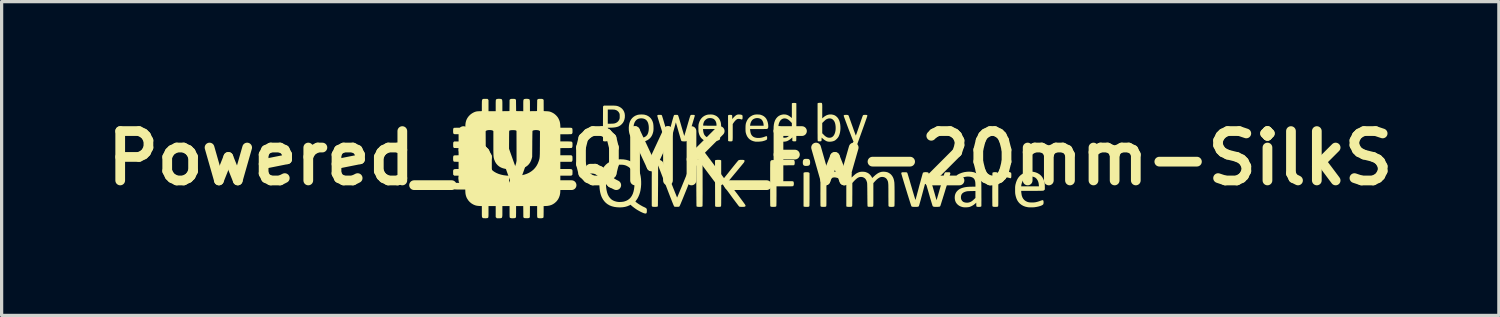
<source format=kicad_pcb>
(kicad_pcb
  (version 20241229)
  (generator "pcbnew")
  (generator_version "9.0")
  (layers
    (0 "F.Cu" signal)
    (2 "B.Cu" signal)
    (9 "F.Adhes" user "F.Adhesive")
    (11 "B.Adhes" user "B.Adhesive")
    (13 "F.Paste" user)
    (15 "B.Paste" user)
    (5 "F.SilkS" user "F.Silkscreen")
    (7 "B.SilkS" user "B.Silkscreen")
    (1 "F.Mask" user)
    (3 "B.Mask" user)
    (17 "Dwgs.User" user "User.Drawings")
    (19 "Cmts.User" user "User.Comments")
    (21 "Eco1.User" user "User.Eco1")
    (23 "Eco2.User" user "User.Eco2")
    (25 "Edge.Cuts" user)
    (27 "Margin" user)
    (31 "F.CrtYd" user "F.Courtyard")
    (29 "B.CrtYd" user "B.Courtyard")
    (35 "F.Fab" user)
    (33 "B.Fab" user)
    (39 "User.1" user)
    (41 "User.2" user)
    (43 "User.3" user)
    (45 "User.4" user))
  (footprint "Powered_by_QMK_Fw-20mm-SilkS"
    (layer "F.Cu")
    (at 20.11 1.831)
    (property "Reference" "Powered_by_QMK_Fw-20mm-SilkS" (at 0 0 0) (layer "F.SilkS") (effects (font (size 1.524 1.524) (thickness 0.3))))
    (attr board_only exclude_from_pos_files exclude_from_bom)
    (fp_poly (pts (xy 1.77 0.435) (xy 1.776 0.435) (xy 1.799 0.44) (xy 1.815 0.448) (xy 1.818 0.451) (xy 1.83 0.464) (xy 1.83 0.966) (xy 1.83 1.046) (xy 1.83 1.12) (xy 1.83 1.19) (xy 1.83 1.253) (xy 1.829 1.31) (xy 1.829 1.359) (xy 1.828 1.401) (xy 1.828 1.435) (xy 1.827 1.46) (xy 1.826 1.476) (xy 1.826 1.481) (xy 1.817 1.493) (xy 1.804 1.5) (xy 1.789 1.503) (xy 1.767 1.505) (xy 1.741 1.505) (xy 1.715 1.505) (xy 1.69 1.503) (xy 1.671 1.501) (xy 1.662 1.498) (xy 1.645 1.491) (xy 1.645 0.454) (xy 1.657 0.446) (xy 1.671 0.441) (xy 1.692 0.437) (xy 1.717 0.434) (xy 1.744 0.434)) (stroke (width 0) (type solid)) (fill yes) (layer "F.SilkS"))
    (fp_poly (pts (xy 1.762 0.024) (xy 1.781 0.025) (xy 1.794 0.027) (xy 1.804 0.031) (xy 1.81 0.034) (xy 1.827 0.047) (xy 1.839 0.065) (xy 1.845 0.09) (xy 1.848 0.123) (xy 1.848 0.131) (xy 1.846 0.168) (xy 1.839 0.195) (xy 1.826 0.216) (xy 1.807 0.229) (xy 1.781 0.237) (xy 1.745 0.24) (xy 1.743 0.24) (xy 1.72 0.241) (xy 1.7 0.24) (xy 1.685 0.238) (xy 1.682 0.238) (xy 1.659 0.229) (xy 1.642 0.216) (xy 1.631 0.197) (xy 1.624 0.171) (xy 1.622 0.136) (xy 1.622 0.131) (xy 1.624 0.097) (xy 1.63 0.071) (xy 1.64 0.051) (xy 1.656 0.036) (xy 1.66 0.034) (xy 1.67 0.029) (xy 1.682 0.026) (xy 1.697 0.024) (xy 1.719 0.023) (xy 1.735 0.023)) (stroke (width 0) (type solid)) (fill yes) (layer "F.SilkS"))
    (fp_poly (pts (xy -0.315 -1.345) (xy -0.285 -1.341) (xy -0.261 -1.333) (xy -0.248 -1.325) (xy -0.243 -1.319) (xy -0.24 -1.311) (xy -0.238 -1.3) (xy -0.237 -1.282) (xy -0.237 -1.264) (xy -0.238 -1.239) (xy -0.239 -1.222) (xy -0.241 -1.21) (xy -0.246 -1.203) (xy -0.247 -1.201) (xy -0.256 -1.19) (xy -0.29 -1.201) (xy -0.328 -1.21) (xy -0.364 -1.212) (xy -0.395 -1.207) (xy -0.408 -1.201) (xy -0.432 -1.185) (xy -0.458 -1.161) (xy -0.486 -1.13) (xy -0.512 -1.095) (xy -0.541 -1.053) (xy -0.541 -0.798) (xy -0.541 -0.737) (xy -0.541 -0.686) (xy -0.541 -0.643) (xy -0.542 -0.609) (xy -0.543 -0.581) (xy -0.545 -0.56) (xy -0.547 -0.544) (xy -0.551 -0.532) (xy -0.556 -0.525) (xy -0.563 -0.521) (xy -0.571 -0.519) (xy -0.581 -0.518) (xy -0.593 -0.518) (xy -0.604 -0.517) (xy -0.63 -0.517) (xy -0.652 -0.519) (xy -0.665 -0.522) (xy -0.683 -0.529) (xy -0.686 -1.317) (xy -0.675 -1.326) (xy -0.663 -1.332) (xy -0.644 -1.335) (xy -0.622 -1.336) (xy -0.6 -1.335) (xy -0.581 -1.332) (xy -0.568 -1.327) (xy -0.563 -1.323) (xy -0.56 -1.318) (xy -0.558 -1.308) (xy -0.557 -1.294) (xy -0.557 -1.271) (xy -0.557 -1.262) (xy -0.556 -1.204) (xy -0.543 -1.222) (xy -0.533 -1.233) (xy -0.519 -1.249) (xy -0.501 -1.268) (xy -0.489 -1.28) (xy -0.46 -1.307) (xy -0.434 -1.326) (xy -0.409 -1.339) (xy -0.382 -1.345) (xy -0.351 -1.347) (xy -0.351 -1.347)) (stroke (width 0) (type solid)) (fill yes) (layer "F.SilkS"))
    (fp_poly (pts (xy -4.285 -1.622) (xy -4.239 -1.621) (xy -4.2 -1.62) (xy -4.169 -1.618) (xy -4.142 -1.616) (xy -4.119 -1.612) (xy -4.099 -1.607) (xy -4.08 -1.601) (xy -4.061 -1.593) (xy -4.041 -1.584) (xy -4.039 -1.583) (xy -3.991 -1.554) (xy -3.95 -1.518) (xy -3.918 -1.476) (xy -3.893 -1.429) (xy -3.877 -1.377) (xy -3.87 -1.32) (xy -3.872 -1.259) (xy -3.872 -1.253) (xy -3.884 -1.193) (xy -3.904 -1.138) (xy -3.932 -1.089) (xy -3.969 -1.046) (xy -3.976 -1.04) (xy -4.007 -1.013) (xy -4.041 -0.991) (xy -4.077 -0.974) (xy -4.118 -0.961) (xy -4.164 -0.951) (xy -4.218 -0.944) (xy -4.279 -0.94) (xy -4.296 -0.94) (xy -4.398 -0.937) (xy -4.398 -0.536) (xy -4.412 -0.528) (xy -4.425 -0.523) (xy -4.445 -0.519) (xy -4.468 -0.517) (xy -4.492 -0.517) (xy -4.513 -0.519) (xy -4.521 -0.521) (xy -4.535 -0.525) (xy -4.543 -0.531) (xy -4.543 -0.532) (xy -4.544 -0.538) (xy -4.545 -0.554) (xy -4.545 -0.578) (xy -4.545 -0.611) (xy -4.546 -0.651) (xy -4.546 -0.698) (xy -4.546 -0.752) (xy -4.547 -0.81) (xy -4.547 -0.874) (xy -4.547 -0.941) (xy -4.547 -1.012) (xy -4.547 -1.062) (xy -4.398 -1.062) (xy -4.315 -1.062) (xy -4.271 -1.063) (xy -4.235 -1.065) (xy -4.206 -1.068) (xy -4.195 -1.07) (xy -4.15 -1.084) (xy -4.11 -1.107) (xy -4.078 -1.136) (xy -4.052 -1.173) (xy -4.042 -1.194) (xy -4.037 -1.209) (xy -4.033 -1.222) (xy -4.031 -1.238) (xy -4.03 -1.259) (xy -4.03 -1.287) (xy -4.03 -1.292) (xy -4.03 -1.32) (xy -4.031 -1.34) (xy -4.032 -1.355) (xy -4.035 -1.368) (xy -4.04 -1.38) (xy -4.043 -1.388) (xy -4.066 -1.426) (xy -4.097 -1.456) (xy -4.133 -1.479) (xy -4.176 -1.493) (xy -4.184 -1.495) (xy -4.2 -1.497) (xy -4.223 -1.498) (xy -4.251 -1.5) (xy -4.283 -1.5) (xy -4.306 -1.5) (xy -4.398 -1.5) (xy -4.398 -1.062) (xy -4.547 -1.062) (xy -4.547 -1.066) (xy -4.545 -1.593) (xy -4.517 -1.622) (xy -4.34 -1.622)) (stroke (width 0) (type solid)) (fill yes) (layer "F.SilkS"))
    (fp_poly (pts (xy -3.314 -1.346) (xy -3.276 -1.342) (xy -3.254 -1.338) (xy -3.198 -1.321) (xy -3.147 -1.295) (xy -3.103 -1.262) (xy -3.065 -1.222) (xy -3.036 -1.176) (xy -3.033 -1.17) (xy -3.017 -1.136) (xy -3.006 -1.104) (xy -2.997 -1.071) (xy -2.992 -1.035) (xy -2.988 -0.993) (xy -2.987 -0.959) (xy -2.986 -0.908) (xy -2.988 -0.864) (xy -2.993 -0.825) (xy -3.002 -0.787) (xy -3.014 -0.749) (xy -3.018 -0.737) (xy -3.044 -0.682) (xy -3.078 -0.634) (xy -3.119 -0.592) (xy -3.167 -0.558) (xy -3.221 -0.532) (xy -3.254 -0.521) (xy -3.278 -0.516) (xy -3.309 -0.511) (xy -3.344 -0.509) (xy -3.381 -0.507) (xy -3.414 -0.507) (xy -3.443 -0.509) (xy -3.456 -0.51) (xy -3.517 -0.526) (xy -3.571 -0.549) (xy -3.619 -0.579) (xy -3.659 -0.617) (xy -3.691 -0.662) (xy -3.717 -0.715) (xy -3.735 -0.774) (xy -3.746 -0.842) (xy -3.748 -0.862) (xy -3.749 -0.913) (xy -3.602 -0.913) (xy -3.6 -0.876) (xy -3.598 -0.842) (xy -3.594 -0.814) (xy -3.592 -0.808) (xy -3.575 -0.757) (xy -3.552 -0.714) (xy -3.522 -0.68) (xy -3.486 -0.653) (xy -3.445 -0.635) (xy -3.399 -0.626) (xy -3.349 -0.626) (xy -3.324 -0.629) (xy -3.28 -0.641) (xy -3.239 -0.662) (xy -3.204 -0.69) (xy -3.177 -0.724) (xy -3.159 -0.761) (xy -3.145 -0.805) (xy -3.136 -0.854) (xy -3.132 -0.906) (xy -3.132 -0.959) (xy -3.137 -1.011) (xy -3.147 -1.06) (xy -3.162 -1.104) (xy -3.165 -1.112) (xy -3.189 -1.151) (xy -3.218 -1.182) (xy -3.253 -1.205) (xy -3.295 -1.22) (xy -3.343 -1.228) (xy -3.397 -1.227) (xy -3.403 -1.226) (xy -3.447 -1.217) (xy -3.487 -1.199) (xy -3.521 -1.173) (xy -3.55 -1.138) (xy -3.574 -1.094) (xy -3.592 -1.042) (xy -3.592 -1.042) (xy -3.597 -1.018) (xy -3.6 -0.987) (xy -3.601 -0.951) (xy -3.602 -0.913) (xy -3.749 -0.913) (xy -3.75 -0.94) (xy -3.744 -1.012) (xy -3.731 -1.077) (xy -3.71 -1.137) (xy -3.682 -1.189) (xy -3.646 -1.235) (xy -3.604 -1.273) (xy -3.555 -1.305) (xy -3.498 -1.328) (xy -3.473 -1.336) (xy -3.44 -1.342) (xy -3.4 -1.346) (xy -3.357 -1.347)) (stroke (width 0) (type solid)) (fill yes) (layer "F.SilkS"))
    (fp_poly (pts (xy 7.969 0.424) (xy 7.977 0.425) (xy 8.008 0.432) (xy 8.031 0.44) (xy 8.046 0.449) (xy 8.054 0.459) (xy 8.056 0.469) (xy 8.058 0.486) (xy 8.059 0.509) (xy 8.059 0.534) (xy 8.059 0.559) (xy 8.057 0.581) (xy 8.055 0.598) (xy 8.053 0.605) (xy 8.048 0.615) (xy 8.04 0.62) (xy 8.029 0.62) (xy 8.012 0.617) (xy 7.99 0.61) (xy 7.947 0.599) (xy 7.907 0.595) (xy 7.87 0.598) (xy 7.84 0.608) (xy 7.819 0.621) (xy 7.795 0.642) (xy 7.768 0.668) (xy 7.74 0.699) (xy 7.714 0.732) (xy 7.694 0.759) (xy 7.657 0.814) (xy 7.657 1.149) (xy 7.657 1.216) (xy 7.657 1.273) (xy 7.657 1.322) (xy 7.657 1.362) (xy 7.657 1.395) (xy 7.656 1.422) (xy 7.656 1.443) (xy 7.655 1.459) (xy 7.654 1.471) (xy 7.653 1.479) (xy 7.652 1.485) (xy 7.65 1.489) (xy 7.648 1.491) (xy 7.646 1.493) (xy 7.64 1.498) (xy 7.632 1.5) (xy 7.619 1.502) (xy 7.599 1.504) (xy 7.573 1.504) (xy 7.541 1.505) (xy 7.517 1.503) (xy 7.501 1.501) (xy 7.494 1.498) (xy 7.482 1.491) (xy 7.475 1.483) (xy 7.475 1.483) (xy 7.474 1.476) (xy 7.474 1.459) (xy 7.473 1.435) (xy 7.473 1.402) (xy 7.472 1.363) (xy 7.472 1.317) (xy 7.472 1.267) (xy 7.471 1.212) (xy 7.471 1.154) (xy 7.471 1.093) (xy 7.471 1.031) (xy 7.471 0.967) (xy 7.472 0.904) (xy 7.472 0.842) (xy 7.472 0.781) (xy 7.472 0.723) (xy 7.473 0.668) (xy 7.473 0.618) (xy 7.474 0.573) (xy 7.474 0.533) (xy 7.475 0.501) (xy 7.475 0.476) (xy 7.476 0.46) (xy 7.477 0.454) (xy 7.477 0.454) (xy 7.487 0.444) (xy 7.507 0.438) (xy 7.535 0.434) (xy 7.557 0.433) (xy 7.589 0.435) (xy 7.614 0.44) (xy 7.631 0.447) (xy 7.636 0.454) (xy 7.638 0.462) (xy 7.64 0.479) (xy 7.641 0.501) (xy 7.642 0.528) (xy 7.642 0.537) (xy 7.642 0.61) (xy 7.661 0.585) (xy 7.7 0.536) (xy 7.739 0.495) (xy 7.777 0.464) (xy 7.814 0.441) (xy 7.832 0.433) (xy 7.874 0.422) (xy 7.92 0.419)) (stroke (width 0) (type solid)) (fill yes) (layer "F.SilkS"))
    (fp_poly (pts (xy 2.675 0.426) (xy 2.705 0.433) (xy 2.726 0.441) (xy 2.74 0.45) (xy 2.748 0.46) (xy 2.749 0.462) (xy 2.751 0.474) (xy 2.752 0.493) (xy 2.753 0.517) (xy 2.753 0.542) (xy 2.752 0.567) (xy 2.751 0.588) (xy 2.749 0.602) (xy 2.748 0.605) (xy 2.742 0.615) (xy 2.734 0.62) (xy 2.723 0.62) (xy 2.706 0.617) (xy 2.685 0.61) (xy 2.641 0.599) (xy 2.601 0.595) (xy 2.564 0.598) (xy 2.534 0.608) (xy 2.513 0.621) (xy 2.489 0.642) (xy 2.462 0.668) (xy 2.434 0.699) (xy 2.408 0.732) (xy 2.388 0.759) (xy 2.351 0.814) (xy 2.351 1.149) (xy 2.351 1.216) (xy 2.351 1.273) (xy 2.351 1.322) (xy 2.351 1.362) (xy 2.351 1.395) (xy 2.35 1.422) (xy 2.35 1.443) (xy 2.349 1.459) (xy 2.348 1.471) (xy 2.347 1.479) (xy 2.346 1.485) (xy 2.344 1.489) (xy 2.342 1.491) (xy 2.34 1.493) (xy 2.334 1.498) (xy 2.326 1.5) (xy 2.313 1.502) (xy 2.293 1.504) (xy 2.267 1.504) (xy 2.235 1.505) (xy 2.211 1.503) (xy 2.195 1.501) (xy 2.188 1.498) (xy 2.176 1.491) (xy 2.169 1.483) (xy 2.169 1.483) (xy 2.168 1.476) (xy 2.168 1.459) (xy 2.167 1.435) (xy 2.167 1.402) (xy 2.166 1.363) (xy 2.166 1.317) (xy 2.166 1.267) (xy 2.166 1.212) (xy 2.166 1.154) (xy 2.165 1.093) (xy 2.166 1.031) (xy 2.166 0.967) (xy 2.166 0.904) (xy 2.166 0.842) (xy 2.166 0.781) (xy 2.167 0.723) (xy 2.167 0.668) (xy 2.167 0.618) (xy 2.168 0.573) (xy 2.168 0.533) (xy 2.169 0.501) (xy 2.169 0.476) (xy 2.17 0.46) (xy 2.171 0.454) (xy 2.171 0.454) (xy 2.181 0.444) (xy 2.201 0.438) (xy 2.228 0.434) (xy 2.249 0.433) (xy 2.278 0.434) (xy 2.3 0.437) (xy 2.315 0.442) (xy 2.325 0.449) (xy 2.329 0.454) (xy 2.332 0.46) (xy 2.334 0.469) (xy 2.335 0.483) (xy 2.336 0.504) (xy 2.336 0.533) (xy 2.336 0.61) (xy 2.362 0.574) (xy 2.386 0.546) (xy 2.413 0.517) (xy 2.44 0.49) (xy 2.467 0.467) (xy 2.49 0.45) (xy 2.491 0.45) (xy 2.532 0.431) (xy 2.576 0.42) (xy 2.624 0.419)) (stroke (width 0) (type solid)) (fill yes) (layer "F.SilkS"))
    (fp_poly (pts (xy 1.372 -1.703) (xy 1.393 -1.702) (xy 1.408 -1.699) (xy 1.412 -1.697) (xy 1.423 -1.691) (xy 1.423 -1.112) (xy 1.423 -1.021) (xy 1.423 -0.94) (xy 1.423 -0.869) (xy 1.423 -0.806) (xy 1.423 -0.751) (xy 1.422 -0.704) (xy 1.422 -0.664) (xy 1.422 -0.63) (xy 1.421 -0.602) (xy 1.421 -0.579) (xy 1.42 -0.562) (xy 1.419 -0.548) (xy 1.419 -0.539) (xy 1.418 -0.532) (xy 1.417 -0.528) (xy 1.415 -0.526) (xy 1.415 -0.526) (xy 1.404 -0.521) (xy 1.385 -0.518) (xy 1.364 -0.517) (xy 1.342 -0.518) (xy 1.324 -0.521) (xy 1.319 -0.523) (xy 1.299 -0.531) (xy 1.299 -0.64) (xy 1.267 -0.611) (xy 1.225 -0.576) (xy 1.182 -0.548) (xy 1.141 -0.527) (xy 1.128 -0.522) (xy 1.092 -0.513) (xy 1.052 -0.508) (xy 1.01 -0.507) (xy 0.97 -0.51) (xy 0.955 -0.513) (xy 0.909 -0.528) (xy 0.865 -0.553) (xy 0.826 -0.586) (xy 0.793 -0.625) (xy 0.769 -0.665) (xy 0.748 -0.719) (xy 0.733 -0.779) (xy 0.723 -0.843) (xy 0.72 -0.91) (xy 0.721 -0.95) (xy 0.869 -0.95) (xy 0.869 -0.909) (xy 0.871 -0.869) (xy 0.874 -0.833) (xy 0.878 -0.803) (xy 0.881 -0.793) (xy 0.897 -0.744) (xy 0.918 -0.703) (xy 0.944 -0.672) (xy 0.974 -0.648) (xy 0.987 -0.641) (xy 1.001 -0.635) (xy 1.014 -0.632) (xy 1.029 -0.63) (xy 1.049 -0.63) (xy 1.062 -0.63) (xy 1.087 -0.632) (xy 1.104 -0.634) (xy 1.119 -0.638) (xy 1.134 -0.644) (xy 1.145 -0.65) (xy 1.168 -0.664) (xy 1.194 -0.685) (xy 1.225 -0.714) (xy 1.231 -0.72) (xy 1.284 -0.773) (xy 1.284 -1.083) (xy 1.247 -1.122) (xy 1.211 -1.157) (xy 1.179 -1.184) (xy 1.148 -1.203) (xy 1.117 -1.216) (xy 1.113 -1.218) (xy 1.071 -1.226) (xy 1.031 -1.224) (xy 0.995 -1.213) (xy 0.962 -1.193) (xy 0.932 -1.164) (xy 0.908 -1.127) (xy 0.888 -1.082) (xy 0.878 -1.049) (xy 0.873 -1.022) (xy 0.87 -0.988) (xy 0.869 -0.95) (xy 0.721 -0.95) (xy 0.722 -0.977) (xy 0.73 -1.043) (xy 0.744 -1.105) (xy 0.764 -1.161) (xy 0.773 -1.18) (xy 0.803 -1.228) (xy 0.839 -1.269) (xy 0.881 -1.302) (xy 0.928 -1.326) (xy 0.979 -1.342) (xy 1.033 -1.349) (xy 1.087 -1.346) (xy 1.131 -1.336) (xy 1.175 -1.317) (xy 1.219 -1.289) (xy 1.242 -1.272) (xy 1.284 -1.237) (xy 1.284 -1.691) (xy 1.296 -1.697) (xy 1.307 -1.701) (xy 1.326 -1.703) (xy 1.349 -1.704)) (stroke (width 0) (type solid)) (fill yes) (layer "F.SilkS"))
    (fp_poly (pts (xy -1.184 -1.346) (xy -1.15 -1.341) (xy -1.14 -1.339) (xy -1.085 -1.32) (xy -1.037 -1.294) (xy -0.996 -1.26) (xy -0.962 -1.219) (xy -0.94 -1.181) (xy -0.922 -1.137) (xy -0.909 -1.094) (xy -0.902 -1.047) (xy -0.9 -0.993) (xy -0.9 -0.991) (xy -0.9 -0.965) (xy -0.9 -0.947) (xy -0.902 -0.935) (xy -0.904 -0.926) (xy -0.908 -0.92) (xy -0.914 -0.914) (xy -0.928 -0.9) (xy -1.194 -0.898) (xy -1.459 -0.897) (xy -1.456 -0.862) (xy -1.448 -0.805) (xy -1.434 -0.756) (xy -1.415 -0.715) (xy -1.388 -0.682) (xy -1.355 -0.656) (xy -1.315 -0.638) (xy -1.268 -0.627) (xy -1.213 -0.623) (xy -1.201 -0.623) (xy -1.164 -0.624) (xy -1.13 -0.627) (xy -1.097 -0.633) (xy -1.06 -0.643) (xy -1.019 -0.657) (xy -1.011 -0.659) (xy -0.988 -0.667) (xy -0.968 -0.673) (xy -0.953 -0.677) (xy -0.946 -0.677) (xy -0.938 -0.669) (xy -0.933 -0.65) (xy -0.931 -0.622) (xy -0.931 -0.619) (xy -0.933 -0.594) (xy -0.94 -0.577) (xy -0.953 -0.564) (xy -0.972 -0.554) (xy -1.017 -0.537) (xy -1.069 -0.523) (xy -1.125 -0.513) (xy -1.183 -0.508) (xy -1.239 -0.506) (xy -1.292 -0.51) (xy -1.313 -0.513) (xy -1.368 -0.526) (xy -1.415 -0.544) (xy -1.456 -0.569) (xy -1.494 -0.601) (xy -1.498 -0.605) (xy -1.53 -0.642) (xy -1.555 -0.682) (xy -1.575 -0.728) (xy -1.587 -0.767) (xy -1.591 -0.786) (xy -1.595 -0.802) (xy -1.597 -0.819) (xy -1.599 -0.838) (xy -1.6 -0.861) (xy -1.6 -0.891) (xy -1.601 -0.918) (xy -1.601 -0.954) (xy -1.6 -0.983) (xy -1.599 -1.005) (xy -1.599 -1.006) (xy -1.455 -1.006) (xy -1.455 -1.004) (xy -1.449 -1.003) (xy -1.435 -1.003) (xy -1.413 -1.002) (xy -1.383 -1.001) (xy -1.348 -1.001) (xy -1.308 -1) (xy -1.264 -1) (xy -1.248 -1) (xy -1.042 -1) (xy -1.042 -1.027) (xy -1.046 -1.072) (xy -1.057 -1.114) (xy -1.075 -1.151) (xy -1.098 -1.183) (xy -1.127 -1.207) (xy -1.139 -1.214) (xy -1.176 -1.228) (xy -1.217 -1.235) (xy -1.259 -1.236) (xy -1.3 -1.23) (xy -1.328 -1.22) (xy -1.355 -1.204) (xy -1.382 -1.182) (xy -1.406 -1.158) (xy -1.42 -1.138) (xy -1.431 -1.114) (xy -1.442 -1.085) (xy -1.45 -1.056) (xy -1.454 -1.028) (xy -1.455 -1.006) (xy -1.599 -1.006) (xy -1.597 -1.024) (xy -1.595 -1.04) (xy -1.591 -1.057) (xy -1.589 -1.065) (xy -1.569 -1.127) (xy -1.542 -1.182) (xy -1.507 -1.23) (xy -1.467 -1.27) (xy -1.419 -1.303) (xy -1.366 -1.327) (xy -1.337 -1.336) (xy -1.304 -1.343) (xy -1.265 -1.346) (xy -1.224 -1.347)) (stroke (width 0) (type solid)) (fill yes) (layer "F.SilkS"))
    (fp_poly (pts (xy 0.262 -1.346) (xy 0.295 -1.343) (xy 0.315 -1.339) (xy 0.369 -1.32) (xy 0.417 -1.294) (xy 0.458 -1.26) (xy 0.492 -1.219) (xy 0.518 -1.17) (xy 0.538 -1.113) (xy 0.551 -1.05) (xy 0.555 -1.011) (xy 0.556 -0.975) (xy 0.554 -0.948) (xy 0.548 -0.928) (xy 0.538 -0.914) (xy 0.53 -0.907) (xy 0.525 -0.905) (xy 0.521 -0.903) (xy 0.514 -0.902) (xy 0.505 -0.9) (xy 0.493 -0.899) (xy 0.476 -0.899) (xy 0.454 -0.898) (xy 0.426 -0.898) (xy 0.391 -0.897) (xy 0.349 -0.897) (xy 0.297 -0.897) (xy 0.253 -0.897) (xy -0.006 -0.897) (xy -0.003 -0.86) (xy 0.005 -0.805) (xy 0.017 -0.759) (xy 0.035 -0.72) (xy 0.058 -0.689) (xy 0.087 -0.664) (xy 0.099 -0.656) (xy 0.138 -0.638) (xy 0.183 -0.627) (xy 0.234 -0.622) (xy 0.288 -0.623) (xy 0.344 -0.631) (xy 0.401 -0.645) (xy 0.428 -0.654) (xy 0.449 -0.662) (xy 0.47 -0.669) (xy 0.479 -0.673) (xy 0.493 -0.678) (xy 0.502 -0.678) (xy 0.508 -0.675) (xy 0.511 -0.672) (xy 0.516 -0.666) (xy 0.519 -0.656) (xy 0.521 -0.64) (xy 0.521 -0.623) (xy 0.52 -0.602) (xy 0.519 -0.588) (xy 0.516 -0.58) (xy 0.51 -0.572) (xy 0.508 -0.57) (xy 0.493 -0.56) (xy 0.469 -0.549) (xy 0.439 -0.538) (xy 0.404 -0.528) (xy 0.374 -0.52) (xy 0.347 -0.516) (xy 0.313 -0.512) (xy 0.275 -0.509) (xy 0.237 -0.507) (xy 0.201 -0.507) (xy 0.17 -0.508) (xy 0.15 -0.51) (xy 0.088 -0.525) (xy 0.034 -0.547) (xy -0.014 -0.577) (xy -0.055 -0.615) (xy -0.089 -0.66) (xy -0.116 -0.713) (xy -0.135 -0.772) (xy -0.139 -0.789) (xy -0.142 -0.805) (xy -0.144 -0.822) (xy -0.146 -0.842) (xy -0.146 -0.867) (xy -0.147 -0.899) (xy -0.147 -0.923) (xy -0.146 -0.969) (xy -0.145 -1) (xy -0.006 -1) (xy 0.414 -1) (xy 0.411 -1.038) (xy 0.404 -1.086) (xy 0.389 -1.128) (xy 0.369 -1.165) (xy 0.344 -1.194) (xy 0.325 -1.208) (xy 0.286 -1.226) (xy 0.244 -1.235) (xy 0.199 -1.236) (xy 0.156 -1.229) (xy 0.114 -1.214) (xy 0.08 -1.193) (xy 0.056 -1.17) (xy 0.035 -1.139) (xy 0.017 -1.102) (xy 0.004 -1.061) (xy -0.002 -1.027) (xy -0.006 -1) (xy -0.145 -1) (xy -0.144 -1.007) (xy -0.141 -1.039) (xy -0.136 -1.067) (xy -0.128 -1.093) (xy -0.118 -1.121) (xy -0.105 -1.15) (xy -0.1 -1.16) (xy -0.07 -1.21) (xy -0.032 -1.253) (xy 0.013 -1.289) (xy 0.063 -1.318) (xy 0.119 -1.338) (xy 0.124 -1.339) (xy 0.152 -1.344) (xy 0.187 -1.347) (xy 0.224 -1.347)) (stroke (width 0) (type solid)) (fill yes) (layer "F.SilkS"))
    (fp_poly (pts (xy 2.192 -1.707) (xy 2.201 -1.704) (xy 2.208 -1.7) (xy 2.214 -1.691) (xy 2.217 -1.679) (xy 2.22 -1.661) (xy 2.222 -1.638) (xy 2.222 -1.607) (xy 2.223 -1.57) (xy 2.222 -1.523) (xy 2.222 -1.468) (xy 2.222 -1.456) (xy 2.222 -1.226) (xy 2.25 -1.252) (xy 2.299 -1.291) (xy 2.349 -1.32) (xy 2.4 -1.339) (xy 2.453 -1.348) (xy 2.507 -1.347) (xy 2.517 -1.346) (xy 2.561 -1.337) (xy 2.598 -1.325) (xy 2.631 -1.306) (xy 2.644 -1.297) (xy 2.683 -1.263) (xy 2.715 -1.222) (xy 2.741 -1.174) (xy 2.761 -1.119) (xy 2.775 -1.055) (xy 2.777 -1.044) (xy 2.783 -0.977) (xy 2.784 -0.91) (xy 2.779 -0.843) (xy 2.768 -0.78) (xy 2.751 -0.722) (xy 2.73 -0.671) (xy 2.724 -0.66) (xy 2.704 -0.63) (xy 2.678 -0.6) (xy 2.649 -0.572) (xy 2.62 -0.549) (xy 2.599 -0.537) (xy 2.554 -0.52) (xy 2.505 -0.51) (xy 2.454 -0.506) (xy 2.404 -0.509) (xy 2.393 -0.511) (xy 2.359 -0.521) (xy 2.322 -0.54) (xy 2.284 -0.565) (xy 2.249 -0.593) (xy 2.202 -0.634) (xy 2.202 -0.583) (xy 2.201 -0.557) (xy 2.199 -0.538) (xy 2.194 -0.527) (xy 2.184 -0.521) (xy 2.167 -0.519) (xy 2.142 -0.518) (xy 2.14 -0.518) (xy 2.112 -0.519) (xy 2.094 -0.522) (xy 2.087 -0.525) (xy 2.085 -0.527) (xy 2.084 -0.53) (xy 2.083 -0.535) (xy 2.082 -0.543) (xy 2.081 -0.554) (xy 2.081 -0.568) (xy 2.08 -0.587) (xy 2.079 -0.61) (xy 2.079 -0.639) (xy 2.079 -0.674) (xy 2.079 -0.715) (xy 2.078 -0.764) (xy 2.078 -0.767) (xy 2.222 -0.767) (xy 2.26 -0.729) (xy 2.297 -0.692) (xy 2.332 -0.665) (xy 2.365 -0.646) (xy 2.397 -0.634) (xy 2.43 -0.629) (xy 2.439 -0.629) (xy 2.46 -0.63) (xy 2.48 -0.632) (xy 2.491 -0.634) (xy 2.525 -0.649) (xy 2.555 -0.672) (xy 2.581 -0.704) (xy 2.602 -0.743) (xy 2.618 -0.788) (xy 2.63 -0.84) (xy 2.636 -0.896) (xy 2.636 -0.956) (xy 2.635 -0.975) (xy 2.629 -1.028) (xy 2.619 -1.074) (xy 2.606 -1.112) (xy 2.589 -1.144) (xy 2.567 -1.173) (xy 2.565 -1.175) (xy 2.534 -1.202) (xy 2.499 -1.219) (xy 2.461 -1.226) (xy 2.42 -1.224) (xy 2.404 -1.22) (xy 2.379 -1.212) (xy 2.356 -1.202) (xy 2.333 -1.188) (xy 2.309 -1.168) (xy 2.281 -1.142) (xy 2.273 -1.134) (xy 2.222 -1.084) (xy 2.222 -0.767) (xy 2.078 -0.767) (xy 2.078 -0.82) (xy 2.078 -0.884) (xy 2.078 -0.956) (xy 2.078 -1.039) (xy 2.078 -1.112) (xy 2.078 -1.691) (xy 2.089 -1.699) (xy 2.099 -1.703) (xy 2.114 -1.705) (xy 2.136 -1.707) (xy 2.151 -1.707) (xy 2.168 -1.707) (xy 2.181 -1.707)) (stroke (width 0) (type solid)) (fill yes) (layer "F.SilkS"))
    (fp_poly (pts (xy 3.582 -1.334) (xy 3.598 -1.331) (xy 3.601 -1.33) (xy 3.611 -1.324) (xy 3.614 -1.314) (xy 3.615 -1.308) (xy 3.613 -1.301) (xy 3.608 -1.285) (xy 3.6 -1.261) (xy 3.589 -1.228) (xy 3.575 -1.189) (xy 3.559 -1.143) (xy 3.541 -1.092) (xy 3.521 -1.035) (xy 3.499 -0.974) (xy 3.476 -0.909) (xy 3.451 -0.84) (xy 3.431 -0.784) (xy 3.406 -0.714) (xy 3.381 -0.646) (xy 3.358 -0.582) (xy 3.336 -0.522) (xy 3.316 -0.465) (xy 3.298 -0.414) (xy 3.281 -0.369) (xy 3.267 -0.331) (xy 3.256 -0.299) (xy 3.247 -0.275) (xy 3.242 -0.26) (xy 3.24 -0.254) (xy 3.232 -0.238) (xy 3.221 -0.227) (xy 3.205 -0.219) (xy 3.181 -0.215) (xy 3.153 -0.213) (xy 3.124 -0.213) (xy 3.104 -0.215) (xy 3.094 -0.218) (xy 3.084 -0.226) (xy 3.079 -0.233) (xy 3.081 -0.24) (xy 3.086 -0.255) (xy 3.093 -0.277) (xy 3.104 -0.305) (xy 3.116 -0.337) (xy 3.13 -0.373) (xy 3.133 -0.381) (xy 3.188 -0.521) (xy 3.178 -0.532) (xy 3.174 -0.539) (xy 3.168 -0.554) (xy 3.159 -0.576) (xy 3.147 -0.606) (xy 3.133 -0.642) (xy 3.117 -0.683) (xy 3.1 -0.728) (xy 3.081 -0.777) (xy 3.061 -0.828) (xy 3.041 -0.88) (xy 3.021 -0.933) (xy 3.001 -0.986) (xy 2.982 -1.037) (xy 2.964 -1.087) (xy 2.946 -1.133) (xy 2.931 -1.176) (xy 2.917 -1.214) (xy 2.905 -1.246) (xy 2.896 -1.271) (xy 2.89 -1.289) (xy 2.887 -1.298) (xy 2.885 -1.312) (xy 2.888 -1.322) (xy 2.896 -1.328) (xy 2.912 -1.332) (xy 2.936 -1.334) (xy 2.949 -1.335) (xy 2.98 -1.335) (xy 3.003 -1.333) (xy 3.019 -1.329) (xy 3.029 -1.321) (xy 3.037 -1.31) (xy 3.038 -1.305) (xy 3.042 -1.297) (xy 3.048 -1.28) (xy 3.057 -1.255) (xy 3.068 -1.223) (xy 3.082 -1.185) (xy 3.097 -1.142) (xy 3.114 -1.095) (xy 3.132 -1.044) (xy 3.151 -0.991) (xy 3.17 -0.939) (xy 3.187 -0.889) (xy 3.204 -0.843) (xy 3.219 -0.802) (xy 3.232 -0.767) (xy 3.243 -0.737) (xy 3.251 -0.715) (xy 3.257 -0.701) (xy 3.259 -0.696) (xy 3.259 -0.696) (xy 3.261 -0.701) (xy 3.266 -0.715) (xy 3.274 -0.736) (xy 3.285 -0.765) (xy 3.297 -0.8) (xy 3.311 -0.841) (xy 3.327 -0.887) (xy 3.344 -0.936) (xy 3.359 -0.981) (xy 3.382 -1.047) (xy 3.401 -1.103) (xy 3.417 -1.151) (xy 3.431 -1.192) (xy 3.443 -1.225) (xy 3.452 -1.252) (xy 3.46 -1.274) (xy 3.466 -1.29) (xy 3.471 -1.303) (xy 3.475 -1.312) (xy 3.478 -1.318) (xy 3.48 -1.322) (xy 3.482 -1.324) (xy 3.485 -1.326) (xy 3.487 -1.328) (xy 3.498 -1.331) (xy 3.516 -1.334) (xy 3.538 -1.335) (xy 3.561 -1.336)) (stroke (width 0) (type solid)) (fill yes) (layer "F.SilkS"))
    (fp_poly (pts (xy 1.209 0.058) (xy 1.25 0.058) (xy 1.286 0.058) (xy 1.313 0.058) (xy 1.333 0.059) (xy 1.343 0.059) (xy 1.344 0.059) (xy 1.357 0.067) (xy 1.366 0.083) (xy 1.371 0.107) (xy 1.373 0.139) (xy 1.371 0.173) (xy 1.365 0.198) (xy 1.356 0.214) (xy 1.348 0.219) (xy 1.341 0.219) (xy 1.326 0.22) (xy 1.301 0.22) (xy 1.27 0.221) (xy 1.232 0.221) (xy 1.189 0.221) (xy 1.141 0.222) (xy 1.091 0.222) (xy 1.075 0.222) (xy 0.81 0.222) (xy 0.81 0.712) (xy 1.065 0.712) (xy 1.122 0.712) (xy 1.171 0.712) (xy 1.211 0.712) (xy 1.243 0.712) (xy 1.268 0.712) (xy 1.288 0.713) (xy 1.302 0.714) (xy 1.312 0.715) (xy 1.319 0.716) (xy 1.324 0.718) (xy 1.327 0.72) (xy 1.33 0.722) (xy 1.339 0.738) (xy 1.344 0.76) (xy 1.346 0.785) (xy 1.345 0.811) (xy 1.34 0.835) (xy 1.333 0.853) (xy 1.324 0.864) (xy 1.32 0.865) (xy 1.314 0.867) (xy 1.305 0.868) (xy 1.292 0.869) (xy 1.273 0.87) (xy 1.249 0.871) (xy 1.219 0.871) (xy 1.181 0.871) (xy 1.134 0.871) (xy 1.079 0.871) (xy 1.061 0.871) (xy 0.81 0.871) (xy 0.81 1.173) (xy 0.809 1.244) (xy 0.809 1.305) (xy 0.809 1.359) (xy 0.808 1.403) (xy 0.807 1.438) (xy 0.806 1.464) (xy 0.805 1.48) (xy 0.804 1.485) (xy 0.796 1.493) (xy 0.783 1.499) (xy 0.78 1.5) (xy 0.765 1.503) (xy 0.742 1.504) (xy 0.716 1.505) (xy 0.69 1.505) (xy 0.666 1.504) (xy 0.648 1.501) (xy 0.642 1.5) (xy 0.629 1.494) (xy 0.62 1.487) (xy 0.619 1.483) (xy 0.618 1.476) (xy 0.617 1.464) (xy 0.617 1.447) (xy 0.616 1.425) (xy 0.616 1.397) (xy 0.615 1.362) (xy 0.615 1.321) (xy 0.614 1.272) (xy 0.614 1.216) (xy 0.614 1.152) (xy 0.614 1.079) (xy 0.614 0.998) (xy 0.614 0.907) (xy 0.614 0.806) (xy 0.614 0.797) (xy 0.614 0.699) (xy 0.614 0.611) (xy 0.614 0.532) (xy 0.614 0.462) (xy 0.614 0.4) (xy 0.614 0.346) (xy 0.614 0.299) (xy 0.615 0.258) (xy 0.615 0.224) (xy 0.615 0.195) (xy 0.616 0.171) (xy 0.616 0.152) (xy 0.617 0.136) (xy 0.618 0.124) (xy 0.619 0.115) (xy 0.62 0.108) (xy 0.621 0.104) (xy 0.622 0.1) (xy 0.623 0.098) (xy 0.633 0.083) (xy 0.645 0.071) (xy 0.646 0.07) (xy 0.649 0.068) (xy 0.653 0.066) (xy 0.658 0.064) (xy 0.665 0.063) (xy 0.674 0.062) (xy 0.688 0.061) (xy 0.705 0.06) (xy 0.728 0.06) (xy 0.757 0.059) (xy 0.792 0.059) (xy 0.835 0.059) (xy 0.886 0.058) (xy 0.946 0.058) (xy 0.997 0.058) (xy 1.055 0.058) (xy 1.11 0.058) (xy 1.162 0.057)) (stroke (width 0) (type solid)) (fill yes) (layer "F.SilkS"))
    (fp_poly (pts (xy 8.757 0.426) (xy 8.819 0.443) (xy 8.877 0.468) (xy 8.93 0.501) (xy 8.94 0.508) (xy 8.982 0.547) (xy 9.019 0.595) (xy 9.049 0.651) (xy 9.073 0.714) (xy 9.078 0.735) (xy 9.084 0.755) (xy 9.087 0.773) (xy 9.09 0.791) (xy 9.091 0.812) (xy 9.092 0.837) (xy 9.093 0.87) (xy 9.093 0.878) (xy 9.093 0.969) (xy 9.077 0.985) (xy 9.062 0.997) (xy 9.045 1.005) (xy 9.041 1.006) (xy 9.033 1.007) (xy 9.015 1.007) (xy 8.988 1.008) (xy 8.954 1.009) (xy 8.914 1.009) (xy 8.868 1.01) (xy 8.817 1.01) (xy 8.762 1.01) (xy 8.705 1.011) (xy 8.692 1.011) (xy 8.364 1.011) (xy 8.364 1.022) (xy 8.365 1.04) (xy 8.367 1.065) (xy 8.371 1.093) (xy 8.375 1.121) (xy 8.379 1.145) (xy 8.382 1.158) (xy 8.4 1.209) (xy 8.426 1.255) (xy 8.459 1.293) (xy 8.499 1.324) (xy 8.546 1.348) (xy 8.578 1.358) (xy 8.596 1.362) (xy 8.621 1.366) (xy 8.648 1.368) (xy 8.668 1.37) (xy 8.731 1.37) (xy 8.795 1.364) (xy 8.859 1.35) (xy 8.927 1.329) (xy 8.961 1.316) (xy 8.991 1.306) (xy 9.012 1.299) (xy 9.027 1.298) (xy 9.038 1.301) (xy 9.045 1.309) (xy 9.049 1.318) (xy 9.053 1.335) (xy 9.055 1.358) (xy 9.054 1.383) (xy 9.051 1.406) (xy 9.046 1.423) (xy 9.045 1.423) (xy 9.033 1.438) (xy 9.011 1.452) (xy 8.981 1.467) (xy 8.944 1.48) (xy 8.899 1.493) (xy 8.849 1.504) (xy 8.795 1.513) (xy 8.764 1.517) (xy 8.726 1.519) (xy 8.685 1.52) (xy 8.644 1.52) (xy 8.606 1.519) (xy 8.575 1.516) (xy 8.568 1.515) (xy 8.499 1.501) (xy 8.435 1.478) (xy 8.378 1.447) (xy 8.327 1.408) (xy 8.298 1.38) (xy 8.265 1.338) (xy 8.237 1.292) (xy 8.214 1.239) (xy 8.196 1.179) (xy 8.188 1.145) (xy 8.184 1.124) (xy 8.181 1.105) (xy 8.178 1.086) (xy 8.177 1.063) (xy 8.176 1.035) (xy 8.176 1) (xy 8.176 0.98) (xy 8.176 0.941) (xy 8.176 0.91) (xy 8.177 0.885) (xy 8.179 0.871) (xy 8.363 0.871) (xy 8.912 0.871) (xy 8.908 0.822) (xy 8.901 0.769) (xy 8.887 0.721) (xy 8.866 0.677) (xy 8.84 0.64) (xy 8.809 0.61) (xy 8.783 0.594) (xy 8.74 0.577) (xy 8.692 0.567) (xy 8.643 0.563) (xy 8.601 0.567) (xy 8.552 0.579) (xy 8.507 0.6) (xy 8.468 0.63) (xy 8.434 0.667) (xy 8.406 0.711) (xy 8.385 0.762) (xy 8.37 0.818) (xy 8.366 0.844) (xy 8.363 0.871) (xy 8.179 0.871) (xy 8.179 0.864) (xy 8.182 0.845) (xy 8.185 0.827) (xy 8.187 0.816) (xy 8.208 0.741) (xy 8.234 0.674) (xy 8.267 0.615) (xy 8.307 0.564) (xy 8.353 0.52) (xy 8.406 0.484) (xy 8.433 0.469) (xy 8.496 0.444) (xy 8.56 0.427) (xy 8.626 0.418) (xy 8.692 0.418)) (stroke (width 0) (type solid)) (fill yes) (layer "F.SilkS"))
    (fp_poly (pts (xy 6.832 0.423) (xy 6.902 0.436) (xy 6.952 0.454) (xy 6.998 0.478) (xy 7.039 0.51) (xy 7.072 0.546) (xy 7.096 0.587) (xy 7.097 0.589) (xy 7.104 0.603) (xy 7.109 0.615) (xy 7.114 0.627) (xy 7.118 0.64) (xy 7.122 0.653) (xy 7.125 0.667) (xy 7.127 0.685) (xy 7.129 0.705) (xy 7.131 0.73) (xy 7.132 0.76) (xy 7.133 0.795) (xy 7.133 0.836) (xy 7.134 0.885) (xy 7.134 0.942) (xy 7.135 1.007) (xy 7.135 1.082) (xy 7.135 1.085) (xy 7.135 1.148) (xy 7.135 1.207) (xy 7.136 1.263) (xy 7.136 1.315) (xy 7.135 1.361) (xy 7.135 1.401) (xy 7.135 1.434) (xy 7.135 1.459) (xy 7.134 1.476) (xy 7.134 1.483) (xy 7.134 1.483) (xy 7.128 1.493) (xy 7.114 1.5) (xy 7.091 1.504) (xy 7.06 1.506) (xy 7.053 1.506) (xy 7.023 1.505) (xy 7.001 1.501) (xy 6.987 1.495) (xy 6.98 1.488) (xy 6.979 1.481) (xy 6.978 1.466) (xy 6.977 1.445) (xy 6.977 1.428) (xy 6.976 1.375) (xy 6.952 1.398) (xy 6.9 1.441) (xy 6.843 1.476) (xy 6.784 1.502) (xy 6.773 1.506) (xy 6.746 1.512) (xy 6.712 1.516) (xy 6.675 1.519) (xy 6.636 1.52) (xy 6.6 1.518) (xy 6.57 1.515) (xy 6.564 1.514) (xy 6.505 1.497) (xy 6.454 1.473) (xy 6.41 1.442) (xy 6.374 1.405) (xy 6.345 1.363) (xy 6.325 1.314) (xy 6.314 1.26) (xy 6.312 1.217) (xy 6.313 1.196) (xy 6.503 1.196) (xy 6.505 1.24) (xy 6.515 1.279) (xy 6.534 1.312) (xy 6.561 1.34) (xy 6.576 1.351) (xy 6.605 1.363) (xy 6.64 1.372) (xy 6.678 1.376) (xy 6.717 1.375) (xy 6.751 1.369) (xy 6.785 1.358) (xy 6.816 1.344) (xy 6.847 1.324) (xy 6.879 1.298) (xy 6.913 1.266) (xy 6.951 1.23) (xy 6.951 1.015) (xy 6.826 1.017) (xy 6.784 1.018) (xy 6.751 1.019) (xy 6.724 1.021) (xy 6.703 1.022) (xy 6.686 1.025) (xy 6.671 1.028) (xy 6.661 1.03) (xy 6.613 1.046) (xy 6.575 1.066) (xy 6.545 1.09) (xy 6.523 1.12) (xy 6.51 1.154) (xy 6.503 1.195) (xy 6.503 1.196) (xy 6.313 1.196) (xy 6.316 1.16) (xy 6.329 1.109) (xy 6.351 1.063) (xy 6.383 1.02) (xy 6.391 1.012) (xy 6.426 0.98) (xy 6.466 0.953) (xy 6.513 0.931) (xy 6.566 0.913) (xy 6.626 0.899) (xy 6.694 0.889) (xy 6.77 0.884) (xy 6.856 0.882) (xy 6.859 0.882) (xy 6.951 0.882) (xy 6.951 0.816) (xy 6.948 0.759) (xy 6.941 0.712) (xy 6.928 0.672) (xy 6.91 0.64) (xy 6.885 0.614) (xy 6.853 0.595) (xy 6.814 0.581) (xy 6.769 0.572) (xy 6.714 0.569) (xy 6.658 0.574) (xy 6.6 0.587) (xy 6.538 0.609) (xy 6.472 0.639) (xy 6.472 0.639) (xy 6.441 0.654) (xy 6.419 0.664) (xy 6.402 0.669) (xy 6.39 0.67) (xy 6.381 0.667) (xy 6.38 0.666) (xy 6.37 0.654) (xy 6.364 0.634) (xy 6.362 0.604) (xy 6.362 0.598) (xy 6.363 0.573) (xy 6.367 0.553) (xy 6.375 0.536) (xy 6.388 0.521) (xy 6.408 0.507) (xy 6.436 0.492) (xy 6.461 0.48) (xy 6.53 0.453) (xy 6.604 0.433) (xy 6.68 0.422) (xy 6.756 0.418)) (stroke (width 0) (type solid)) (fill yes) (layer "F.SilkS"))
    (fp_poly (pts (xy -0.962 0.054) (xy -0.938 0.056) (xy -0.919 0.06) (xy -0.911 0.063) (xy -0.897 0.072) (xy -0.897 0.397) (xy -0.897 0.463) (xy -0.897 0.523) (xy -0.897 0.575) (xy -0.896 0.621) (xy -0.895 0.658) (xy -0.895 0.687) (xy -0.894 0.707) (xy -0.893 0.718) (xy -0.892 0.72) (xy -0.889 0.715) (xy -0.879 0.703) (xy -0.863 0.685) (xy -0.843 0.66) (xy -0.819 0.629) (xy -0.79 0.593) (xy -0.758 0.553) (xy -0.723 0.51) (xy -0.685 0.463) (xy -0.646 0.413) (xy -0.63 0.393) (xy -0.58 0.33) (xy -0.536 0.275) (xy -0.498 0.228) (xy -0.465 0.187) (xy -0.437 0.153) (xy -0.414 0.125) (xy -0.395 0.102) (xy -0.38 0.085) (xy -0.368 0.073) (xy -0.36 0.065) (xy -0.355 0.061) (xy -0.355 0.061) (xy -0.34 0.058) (xy -0.316 0.055) (xy -0.283 0.054) (xy -0.27 0.054) (xy -0.242 0.054) (xy -0.221 0.055) (xy -0.207 0.057) (xy -0.197 0.059) (xy -0.189 0.063) (xy -0.189 0.064) (xy -0.179 0.071) (xy -0.176 0.08) (xy -0.177 0.093) (xy -0.182 0.11) (xy -0.192 0.13) (xy -0.199 0.141) (xy -0.206 0.149) (xy -0.219 0.165) (xy -0.237 0.187) (xy -0.26 0.215) (xy -0.287 0.248) (xy -0.318 0.285) (xy -0.352 0.326) (xy -0.388 0.37) (xy -0.426 0.416) (xy -0.451 0.446) (xy -0.49 0.492) (xy -0.526 0.536) (xy -0.56 0.577) (xy -0.591 0.614) (xy -0.619 0.648) (xy -0.642 0.676) (xy -0.66 0.699) (xy -0.674 0.716) (xy -0.681 0.726) (xy -0.683 0.729) (xy -0.68 0.734) (xy -0.671 0.746) (xy -0.657 0.766) (xy -0.638 0.792) (xy -0.614 0.823) (xy -0.587 0.86) (xy -0.556 0.901) (xy -0.522 0.947) (xy -0.486 0.995) (xy -0.448 1.046) (xy -0.428 1.073) (xy -0.388 1.125) (xy -0.35 1.176) (xy -0.314 1.225) (xy -0.28 1.27) (xy -0.25 1.311) (xy -0.223 1.348) (xy -0.199 1.38) (xy -0.181 1.405) (xy -0.167 1.425) (xy -0.159 1.437) (xy -0.158 1.439) (xy -0.149 1.456) (xy -0.146 1.467) (xy -0.146 1.476) (xy -0.148 1.482) (xy -0.155 1.491) (xy -0.168 1.498) (xy -0.187 1.502) (xy -0.213 1.505) (xy -0.248 1.505) (xy -0.263 1.505) (xy -0.291 1.504) (xy -0.311 1.503) (xy -0.325 1.501) (xy -0.335 1.498) (xy -0.342 1.493) (xy -0.344 1.492) (xy -0.349 1.487) (xy -0.36 1.473) (xy -0.376 1.453) (xy -0.396 1.426) (xy -0.421 1.393) (xy -0.45 1.355) (xy -0.482 1.312) (xy -0.517 1.266) (xy -0.554 1.216) (xy -0.593 1.163) (xy -0.626 1.117) (xy -0.895 0.753) (xy -0.896 1.118) (xy -0.896 1.188) (xy -0.896 1.249) (xy -0.897 1.3) (xy -0.897 1.344) (xy -0.897 1.38) (xy -0.898 1.41) (xy -0.898 1.433) (xy -0.899 1.452) (xy -0.9 1.465) (xy -0.901 1.475) (xy -0.902 1.482) (xy -0.903 1.487) (xy -0.905 1.49) (xy -0.907 1.492) (xy -0.908 1.493) (xy -0.914 1.497) (xy -0.923 1.5) (xy -0.935 1.502) (xy -0.955 1.504) (xy -0.982 1.505) (xy -0.984 1.505) (xy -1.013 1.505) (xy -1.033 1.505) (xy -1.048 1.503) (xy -1.059 1.501) (xy -1.067 1.497) (xy -1.085 1.488) (xy -1.088 0.072) (xy -1.074 0.063) (xy -1.061 0.059) (xy -1.041 0.056) (xy -1.016 0.054) (xy -0.989 0.053)) (stroke (width 0) (type solid)) (fill yes) (layer "F.SilkS"))
    (fp_poly (pts (xy -3.913 0.04) (xy -3.832 0.052) (xy -3.757 0.073) (xy -3.689 0.101) (xy -3.627 0.137) (xy -3.571 0.181) (xy -3.547 0.205) (xy -3.518 0.237) (xy -3.493 0.269) (xy -3.472 0.304) (xy -3.451 0.343) (xy -3.423 0.407) (xy -3.401 0.479) (xy -3.384 0.558) (xy -3.373 0.64) (xy -3.368 0.726) (xy -3.368 0.814) (xy -3.375 0.902) (xy -3.388 0.989) (xy -3.388 0.992) (xy -3.403 1.056) (xy -3.423 1.12) (xy -3.448 1.181) (xy -3.476 1.237) (xy -3.507 1.285) (xy -3.52 1.301) (xy -3.533 1.319) (xy -3.541 1.33) (xy -3.544 1.338) (xy -3.542 1.343) (xy -3.542 1.344) (xy -3.529 1.357) (xy -3.508 1.373) (xy -3.482 1.392) (xy -3.452 1.413) (xy -3.419 1.434) (xy -3.385 1.455) (xy -3.351 1.474) (xy -3.321 1.491) (xy -3.3 1.501) (xy -3.265 1.517) (xy -3.239 1.53) (xy -3.22 1.542) (xy -3.207 1.553) (xy -3.199 1.565) (xy -3.194 1.58) (xy -3.192 1.598) (xy -3.192 1.622) (xy -3.192 1.627) (xy -3.193 1.655) (xy -3.195 1.675) (xy -3.2 1.69) (xy -3.201 1.691) (xy -3.208 1.703) (xy -3.216 1.708) (xy -3.229 1.71) (xy -3.233 1.711) (xy -3.253 1.709) (xy -3.279 1.702) (xy -3.3 1.695) (xy -3.339 1.678) (xy -3.384 1.657) (xy -3.431 1.631) (xy -3.479 1.604) (xy -3.523 1.576) (xy -3.525 1.575) (xy -3.552 1.556) (xy -3.581 1.535) (xy -3.61 1.513) (xy -3.637 1.492) (xy -3.66 1.473) (xy -3.677 1.457) (xy -3.683 1.45) (xy -3.693 1.439) (xy -3.728 1.457) (xy -3.792 1.484) (xy -3.861 1.504) (xy -3.934 1.516) (xy -4.014 1.521) (xy -4.027 1.521) (xy -4.115 1.517) (xy -4.197 1.506) (xy -4.271 1.487) (xy -4.339 1.461) (xy -4.4 1.426) (xy -4.455 1.384) (xy -4.503 1.334) (xy -4.546 1.276) (xy -4.582 1.21) (xy -4.592 1.187) (xy -4.613 1.131) (xy -4.63 1.067) (xy -4.643 0.997) (xy -4.652 0.922) (xy -4.657 0.845) (xy -4.658 0.767) (xy -4.658 0.761) (xy -4.454 0.761) (xy -4.453 0.835) (xy -4.448 0.908) (xy -4.438 0.978) (xy -4.436 0.99) (xy -4.419 1.063) (xy -4.396 1.128) (xy -4.366 1.184) (xy -4.33 1.232) (xy -4.288 1.273) (xy -4.24 1.305) (xy -4.185 1.329) (xy -4.123 1.346) (xy -4.089 1.351) (xy -4.057 1.354) (xy -4.02 1.354) (xy -3.98 1.352) (xy -3.941 1.348) (xy -3.908 1.343) (xy -3.895 1.34) (xy -3.834 1.32) (xy -3.779 1.292) (xy -3.731 1.256) (xy -3.689 1.212) (xy -3.654 1.16) (xy -3.625 1.1) (xy -3.603 1.031) (xy -3.587 0.955) (xy -3.577 0.871) (xy -3.573 0.779) (xy -3.573 0.775) (xy -3.576 0.684) (xy -3.584 0.602) (xy -3.598 0.528) (xy -3.617 0.462) (xy -3.642 0.404) (xy -3.674 0.354) (xy -3.711 0.31) (xy -3.754 0.274) (xy -3.804 0.245) (xy -3.808 0.243) (xy -3.843 0.227) (xy -3.877 0.217) (xy -3.913 0.209) (xy -3.953 0.205) (xy -4.001 0.204) (xy -4.009 0.204) (xy -4.056 0.205) (xy -4.096 0.208) (xy -4.131 0.214) (xy -4.164 0.224) (xy -4.197 0.238) (xy -4.212 0.245) (xy -4.264 0.277) (xy -4.31 0.317) (xy -4.35 0.365) (xy -4.384 0.42) (xy -4.411 0.483) (xy -4.417 0.499) (xy -4.432 0.555) (xy -4.443 0.619) (xy -4.45 0.688) (xy -4.454 0.761) (xy -4.658 0.761) (xy -4.655 0.691) (xy -4.648 0.617) (xy -4.636 0.548) (xy -4.635 0.546) (xy -4.613 0.461) (xy -4.584 0.385) (xy -4.548 0.316) (xy -4.506 0.255) (xy -4.457 0.201) (xy -4.401 0.155) (xy -4.338 0.115) (xy -4.326 0.109) (xy -4.26 0.079) (xy -4.191 0.058) (xy -4.118 0.044) (xy -4.039 0.037) (xy -3.999 0.036)) (stroke (width 0) (type solid)) (fill yes) (layer "F.SilkS"))
    (fp_poly (pts (xy 4.135 0.42) (xy 4.19 0.426) (xy 4.238 0.438) (xy 4.28 0.458) (xy 4.319 0.484) (xy 4.345 0.507) (xy 4.377 0.545) (xy 4.403 0.588) (xy 4.424 0.637) (xy 4.439 0.693) (xy 4.449 0.757) (xy 4.449 0.765) (xy 4.45 0.781) (xy 4.451 0.806) (xy 4.452 0.837) (xy 4.453 0.875) (xy 4.454 0.918) (xy 4.454 0.965) (xy 4.455 1.015) (xy 4.455 1.067) (xy 4.455 1.12) (xy 4.455 1.174) (xy 4.455 1.226) (xy 4.455 1.276) (xy 4.455 1.324) (xy 4.454 1.367) (xy 4.454 1.405) (xy 4.453 1.437) (xy 4.452 1.461) (xy 4.451 1.478) (xy 4.45 1.485) (xy 4.45 1.485) (xy 4.441 1.494) (xy 4.426 1.5) (xy 4.403 1.504) (xy 4.372 1.506) (xy 4.359 1.506) (xy 4.325 1.505) (xy 4.301 1.502) (xy 4.284 1.497) (xy 4.274 1.489) (xy 4.268 1.477) (xy 4.268 1.475) (xy 4.267 1.467) (xy 4.266 1.449) (xy 4.266 1.423) (xy 4.266 1.39) (xy 4.265 1.35) (xy 4.265 1.304) (xy 4.265 1.254) (xy 4.264 1.199) (xy 4.264 1.142) (xy 4.264 1.126) (xy 4.264 1.054) (xy 4.264 0.992) (xy 4.264 0.939) (xy 4.263 0.893) (xy 4.263 0.854) (xy 4.262 0.822) (xy 4.26 0.795) (xy 4.258 0.772) (xy 4.256 0.753) (xy 4.253 0.737) (xy 4.25 0.724) (xy 4.246 0.711) (xy 4.241 0.699) (xy 4.235 0.686) (xy 4.234 0.682) (xy 4.212 0.645) (xy 4.184 0.617) (xy 4.15 0.596) (xy 4.109 0.584) (xy 4.103 0.583) (xy 4.068 0.58) (xy 4.033 0.584) (xy 3.998 0.596) (xy 3.962 0.616) (xy 3.924 0.644) (xy 3.884 0.68) (xy 3.84 0.726) (xy 3.839 0.728) (xy 3.8 0.771) (xy 3.8 1.127) (xy 3.8 1.196) (xy 3.8 1.256) (xy 3.8 1.307) (xy 3.8 1.349) (xy 3.8 1.385) (xy 3.799 1.413) (xy 3.799 1.436) (xy 3.798 1.454) (xy 3.798 1.467) (xy 3.797 1.477) (xy 3.795 1.483) (xy 3.794 1.487) (xy 3.792 1.49) (xy 3.79 1.492) (xy 3.789 1.493) (xy 3.784 1.497) (xy 3.777 1.5) (xy 3.765 1.502) (xy 3.749 1.503) (xy 3.725 1.503) (xy 3.707 1.503) (xy 3.678 1.503) (xy 3.657 1.502) (xy 3.643 1.501) (xy 3.634 1.499) (xy 3.628 1.496) (xy 3.626 1.494) (xy 3.625 1.492) (xy 3.623 1.488) (xy 3.622 1.482) (xy 3.62 1.474) (xy 3.619 1.463) (xy 3.619 1.447) (xy 3.618 1.426) (xy 3.617 1.4) (xy 3.617 1.367) (xy 3.616 1.327) (xy 3.616 1.28) (xy 3.615 1.223) (xy 3.615 1.158) (xy 3.614 1.128) (xy 3.614 1.058) (xy 3.613 0.997) (xy 3.613 0.945) (xy 3.612 0.901) (xy 3.611 0.865) (xy 3.611 0.835) (xy 3.61 0.81) (xy 3.609 0.791) (xy 3.608 0.775) (xy 3.607 0.763) (xy 3.605 0.754) (xy 3.604 0.746) (xy 3.602 0.74) (xy 3.586 0.694) (xy 3.566 0.657) (xy 3.543 0.628) (xy 3.514 0.607) (xy 3.5 0.599) (xy 3.458 0.584) (xy 3.416 0.58) (xy 3.374 0.585) (xy 3.332 0.601) (xy 3.316 0.61) (xy 3.294 0.625) (xy 3.268 0.647) (xy 3.239 0.673) (xy 3.211 0.701) (xy 3.184 0.73) (xy 3.181 0.734) (xy 3.151 0.769) (xy 3.151 1.122) (xy 3.15 1.195) (xy 3.15 1.26) (xy 3.15 1.318) (xy 3.149 1.368) (xy 3.149 1.41) (xy 3.148 1.443) (xy 3.147 1.467) (xy 3.146 1.481) (xy 3.145 1.485) (xy 3.137 1.493) (xy 3.124 1.5) (xy 3.124 1.5) (xy 3.109 1.503) (xy 3.087 1.505) (xy 3.061 1.505) (xy 3.035 1.505) (xy 3.01 1.503) (xy 2.991 1.501) (xy 2.982 1.498) (xy 2.965 1.491) (xy 2.965 0.454) (xy 2.979 0.445) (xy 2.992 0.44) (xy 3.013 0.437) (xy 3.038 0.435) (xy 3.064 0.435) (xy 3.088 0.437) (xy 3.107 0.441) (xy 3.116 0.445) (xy 3.13 0.454) (xy 3.13 0.6) (xy 3.178 0.554) (xy 3.218 0.517) (xy 3.255 0.487) (xy 3.291 0.464) (xy 3.329 0.446) (xy 3.365 0.432) (xy 3.395 0.425) (xy 3.431 0.421) (xy 3.47 0.42) (xy 3.509 0.422) (xy 3.545 0.427) (xy 3.558 0.43) (xy 3.61 0.449) (xy 3.657 0.476) (xy 3.697 0.511) (xy 3.73 0.552) (xy 3.745 0.576) (xy 3.765 0.614) (xy 3.816 0.566) (xy 3.867 0.52) (xy 3.916 0.483) (xy 3.963 0.455) (xy 4.01 0.435) (xy 4.057 0.423) (xy 4.106 0.419)) (stroke (width 0) (type solid)) (fill yes) (layer "F.SilkS"))
    (fp_poly (pts (xy -2.268 -1.335) (xy -2.252 -1.334) (xy -2.242 -1.332) (xy -2.235 -1.328) (xy -2.231 -1.324) (xy -2.228 -1.319) (xy -2.223 -1.308) (xy -2.218 -1.292) (xy -2.21 -1.27) (xy -2.201 -1.241) (xy -2.19 -1.204) (xy -2.176 -1.16) (xy -2.161 -1.107) (xy -2.143 -1.045) (xy -2.13 -0.999) (xy -2.114 -0.944) (xy -2.099 -0.893) (xy -2.085 -0.845) (xy -2.072 -0.802) (xy -2.061 -0.764) (xy -2.052 -0.733) (xy -2.045 -0.709) (xy -2.04 -0.693) (xy -2.037 -0.686) (xy -2.037 -0.686) (xy -2.035 -0.691) (xy -2.03 -0.705) (xy -2.024 -0.727) (xy -2.015 -0.756) (xy -2.004 -0.792) (xy -1.992 -0.834) (xy -1.978 -0.881) (xy -1.963 -0.932) (xy -1.947 -0.986) (xy -1.944 -0.999) (xy -1.924 -1.067) (xy -1.907 -1.126) (xy -1.892 -1.176) (xy -1.88 -1.218) (xy -1.869 -1.252) (xy -1.861 -1.279) (xy -1.854 -1.299) (xy -1.848 -1.313) (xy -1.844 -1.321) (xy -1.842 -1.324) (xy -1.836 -1.329) (xy -1.828 -1.333) (xy -1.817 -1.335) (xy -1.799 -1.335) (xy -1.781 -1.335) (xy -1.753 -1.335) (xy -1.733 -1.333) (xy -1.72 -1.328) (xy -1.714 -1.322) (xy -1.712 -1.312) (xy -1.712 -1.311) (xy -1.713 -1.304) (xy -1.718 -1.288) (xy -1.725 -1.263) (xy -1.734 -1.231) (xy -1.746 -1.193) (xy -1.759 -1.148) (xy -1.774 -1.099) (xy -1.79 -1.045) (xy -1.808 -0.987) (xy -1.827 -0.927) (xy -1.83 -0.916) (xy -1.855 -0.837) (xy -1.877 -0.767) (xy -1.896 -0.707) (xy -1.912 -0.656) (xy -1.926 -0.614) (xy -1.937 -0.58) (xy -1.946 -0.555) (xy -1.952 -0.539) (xy -1.957 -0.53) (xy -1.958 -0.528) (xy -1.968 -0.524) (xy -1.984 -0.52) (xy -1.995 -0.518) (xy -2.015 -0.516) (xy -2.039 -0.516) (xy -2.064 -0.517) (xy -2.088 -0.519) (xy -2.107 -0.522) (xy -2.119 -0.526) (xy -2.119 -0.526) (xy -2.121 -0.527) (xy -2.123 -0.529) (xy -2.126 -0.531) (xy -2.128 -0.536) (xy -2.131 -0.543) (xy -2.135 -0.553) (xy -2.14 -0.567) (xy -2.146 -0.586) (xy -2.153 -0.61) (xy -2.162 -0.641) (xy -2.173 -0.679) (xy -2.186 -0.724) (xy -2.202 -0.777) (xy -2.22 -0.84) (xy -2.22 -0.84) (xy -2.234 -0.89) (xy -2.248 -0.937) (xy -2.26 -0.98) (xy -2.271 -1.017) (xy -2.281 -1.049) (xy -2.288 -1.075) (xy -2.293 -1.092) (xy -2.296 -1.101) (xy -2.297 -1.102) (xy -2.298 -1.097) (xy -2.302 -1.084) (xy -2.308 -1.062) (xy -2.316 -1.033) (xy -2.326 -0.997) (xy -2.337 -0.956) (xy -2.35 -0.91) (xy -2.363 -0.86) (xy -2.374 -0.821) (xy -2.388 -0.769) (xy -2.401 -0.72) (xy -2.414 -0.674) (xy -2.425 -0.633) (xy -2.435 -0.598) (xy -2.444 -0.57) (xy -2.45 -0.548) (xy -2.455 -0.536) (xy -2.456 -0.532) (xy -2.466 -0.527) (xy -2.48 -0.521) (xy -2.483 -0.521) (xy -2.502 -0.518) (xy -2.526 -0.517) (xy -2.553 -0.517) (xy -2.579 -0.518) (xy -2.599 -0.52) (xy -2.603 -0.521) (xy -2.618 -0.526) (xy -2.628 -0.532) (xy -2.628 -0.533) (xy -2.631 -0.538) (xy -2.636 -0.553) (xy -2.643 -0.576) (xy -2.653 -0.605) (xy -2.665 -0.641) (xy -2.678 -0.682) (xy -2.692 -0.728) (xy -2.708 -0.777) (xy -2.724 -0.828) (xy -2.741 -0.881) (xy -2.757 -0.934) (xy -2.774 -0.988) (xy -2.79 -1.04) (xy -2.806 -1.09) (xy -2.82 -1.137) (xy -2.833 -1.18) (xy -2.845 -1.218) (xy -2.854 -1.25) (xy -2.862 -1.276) (xy -2.867 -1.294) (xy -2.869 -1.301) (xy -2.869 -1.315) (xy -2.862 -1.325) (xy -2.856 -1.33) (xy -2.848 -1.333) (xy -2.836 -1.335) (xy -2.817 -1.335) (xy -2.798 -1.335) (xy -2.772 -1.335) (xy -2.755 -1.334) (xy -2.743 -1.332) (xy -2.735 -1.328) (xy -2.734 -1.326) (xy -2.731 -1.322) (xy -2.726 -1.312) (xy -2.72 -1.296) (xy -2.713 -1.274) (xy -2.704 -1.245) (xy -2.692 -1.208) (xy -2.679 -1.163) (xy -2.663 -1.11) (xy -2.645 -1.048) (xy -2.632 -1.005) (xy -2.616 -0.951) (xy -2.601 -0.898) (xy -2.587 -0.85) (xy -2.574 -0.806) (xy -2.563 -0.767) (xy -2.554 -0.735) (xy -2.546 -0.71) (xy -2.541 -0.692) (xy -2.539 -0.684) (xy -2.539 -0.683) (xy -2.537 -0.686) (xy -2.532 -0.699) (xy -2.526 -0.72) (xy -2.517 -0.749) (xy -2.507 -0.785) (xy -2.494 -0.829) (xy -2.481 -0.879) (xy -2.466 -0.934) (xy -2.449 -0.995) (xy -2.449 -0.995) (xy -2.431 -1.061) (xy -2.416 -1.119) (xy -2.403 -1.167) (xy -2.391 -1.208) (xy -2.382 -1.241) (xy -2.374 -1.267) (xy -2.368 -1.288) (xy -2.362 -1.304) (xy -2.358 -1.315) (xy -2.355 -1.322) (xy -2.352 -1.326) (xy -2.351 -1.326) (xy -2.344 -1.331) (xy -2.333 -1.334) (xy -2.316 -1.335) (xy -2.292 -1.335) (xy -2.291 -1.335)) (stroke (width 0) (type solid)) (fill yes) (layer "F.SilkS"))
    (fp_poly (pts (xy -2.751 0.075) (xy -2.728 0.089) (xy -2.709 0.106) (xy -2.705 0.111) (xy -2.7 0.12) (xy -2.691 0.138) (xy -2.679 0.166) (xy -2.664 0.204) (xy -2.644 0.25) (xy -2.621 0.307) (xy -2.595 0.373) (xy -2.565 0.448) (xy -2.531 0.532) (xy -2.494 0.626) (xy -2.475 0.674) (xy -2.447 0.746) (xy -2.42 0.814) (xy -2.394 0.879) (xy -2.37 0.941) (xy -2.347 0.997) (xy -2.327 1.049) (xy -2.308 1.095) (xy -2.292 1.134) (xy -2.279 1.167) (xy -2.269 1.192) (xy -2.262 1.208) (xy -2.258 1.216) (xy -2.258 1.217) (xy -2.256 1.212) (xy -2.25 1.199) (xy -2.24 1.177) (xy -2.228 1.147) (xy -2.212 1.11) (xy -2.194 1.067) (xy -2.174 1.018) (xy -2.151 0.963) (xy -2.126 0.904) (xy -2.1 0.841) (xy -2.073 0.774) (xy -2.044 0.705) (xy -2.037 0.687) (xy -2.008 0.616) (xy -1.98 0.548) (xy -1.953 0.483) (xy -1.927 0.421) (xy -1.904 0.364) (xy -1.882 0.312) (xy -1.863 0.266) (xy -1.846 0.225) (xy -1.832 0.192) (xy -1.821 0.166) (xy -1.813 0.148) (xy -1.809 0.139) (xy -1.809 0.138) (xy -1.791 0.11) (xy -1.767 0.085) (xy -1.746 0.071) (xy -1.738 0.067) (xy -1.73 0.064) (xy -1.72 0.062) (xy -1.706 0.06) (xy -1.687 0.06) (xy -1.661 0.059) (xy -1.627 0.059) (xy -1.623 0.059) (xy -1.586 0.059) (xy -1.558 0.06) (xy -1.536 0.061) (xy -1.521 0.064) (xy -1.509 0.069) (xy -1.5 0.075) (xy -1.491 0.084) (xy -1.483 0.095) (xy -1.481 0.097) (xy -1.48 0.099) (xy -1.479 0.103) (xy -1.478 0.108) (xy -1.477 0.114) (xy -1.476 0.123) (xy -1.475 0.136) (xy -1.474 0.151) (xy -1.474 0.171) (xy -1.473 0.195) (xy -1.473 0.225) (xy -1.472 0.26) (xy -1.472 0.301) (xy -1.472 0.349) (xy -1.472 0.404) (xy -1.471 0.467) (xy -1.471 0.538) (xy -1.471 0.617) (xy -1.471 0.707) (xy -1.471 0.792) (xy -1.471 0.905) (xy -1.47 1.008) (xy -1.47 1.101) (xy -1.471 1.184) (xy -1.471 1.256) (xy -1.471 1.319) (xy -1.472 1.371) (xy -1.472 1.414) (xy -1.473 1.446) (xy -1.473 1.469) (xy -1.474 1.482) (xy -1.475 1.485) (xy -1.484 1.494) (xy -1.503 1.501) (xy -1.53 1.504) (xy -1.566 1.506) (xy -1.568 1.506) (xy -1.603 1.504) (xy -1.63 1.501) (xy -1.649 1.496) (xy -1.659 1.489) (xy -1.659 1.483) (xy -1.66 1.467) (xy -1.661 1.443) (xy -1.661 1.41) (xy -1.662 1.369) (xy -1.662 1.321) (xy -1.663 1.267) (xy -1.663 1.206) (xy -1.664 1.141) (xy -1.664 1.071) (xy -1.665 0.996) (xy -1.665 0.919) (xy -1.665 0.853) (xy -1.668 0.223) (xy -1.922 0.853) (xy -1.959 0.946) (xy -1.993 1.03) (xy -2.024 1.106) (xy -2.051 1.173) (xy -2.075 1.232) (xy -2.096 1.284) (xy -2.115 1.329) (xy -2.131 1.367) (xy -2.144 1.4) (xy -2.156 1.426) (xy -2.165 1.448) (xy -2.173 1.465) (xy -2.179 1.477) (xy -2.184 1.486) (xy -2.187 1.491) (xy -2.189 1.493) (xy -2.196 1.497) (xy -2.204 1.5) (xy -2.216 1.502) (xy -2.234 1.503) (xy -2.259 1.503) (xy -2.268 1.503) (xy -2.297 1.503) (xy -2.318 1.502) (xy -2.333 1.5) (xy -2.342 1.497) (xy -2.346 1.495) (xy -2.349 1.492) (xy -2.352 1.486) (xy -2.357 1.477) (xy -2.363 1.463) (xy -2.371 1.445) (xy -2.381 1.423) (xy -2.392 1.394) (xy -2.406 1.361) (xy -2.422 1.32) (xy -2.44 1.274) (xy -2.461 1.22) (xy -2.485 1.158) (xy -2.512 1.089) (xy -2.542 1.011) (xy -2.575 0.924) (xy -2.601 0.856) (xy -2.844 0.226) (xy -2.846 0.854) (xy -2.847 0.934) (xy -2.847 1.011) (xy -2.848 1.084) (xy -2.848 1.154) (xy -2.849 1.218) (xy -2.849 1.278) (xy -2.85 1.331) (xy -2.85 1.377) (xy -2.851 1.417) (xy -2.851 1.448) (xy -2.852 1.471) (xy -2.852 1.485) (xy -2.853 1.489) (xy -2.863 1.496) (xy -2.883 1.501) (xy -2.913 1.504) (xy -2.949 1.505) (xy -2.981 1.504) (xy -3.005 1.502) (xy -3.02 1.498) (xy -3.033 1.489) (xy -3.04 1.479) (xy -3.04 1.472) (xy -3.04 1.456) (xy -3.041 1.431) (xy -3.041 1.397) (xy -3.041 1.355) (xy -3.041 1.307) (xy -3.041 1.251) (xy -3.041 1.19) (xy -3.041 1.123) (xy -3.041 1.051) (xy -3.041 0.975) (xy -3.041 0.896) (xy -3.041 0.814) (xy -3.041 0.788) (xy -3.041 0.691) (xy -3.041 0.603) (xy -3.04 0.525) (xy -3.04 0.455) (xy -3.04 0.393) (xy -3.04 0.34) (xy -3.04 0.293) (xy -3.039 0.253) (xy -3.039 0.219) (xy -3.038 0.19) (xy -3.038 0.167) (xy -3.037 0.148) (xy -3.037 0.133) (xy -3.036 0.122) (xy -3.035 0.113) (xy -3.034 0.107) (xy -3.033 0.102) (xy -3.032 0.099) (xy -3.03 0.097) (xy -3.029 0.095) (xy -3.02 0.083) (xy -3.012 0.075) (xy -3.003 0.068) (xy -2.991 0.064) (xy -2.975 0.061) (xy -2.954 0.06) (xy -2.926 0.059) (xy -2.888 0.059) (xy -2.885 0.059) (xy -2.781 0.059)) (stroke (width 0) (type solid)) (fill yes) (layer "F.SilkS"))
    (fp_poly (pts (xy 5.452 0.435) (xy 5.479 0.439) (xy 5.496 0.448) (xy 5.504 0.455) (xy 5.506 0.462) (xy 5.511 0.478) (xy 5.519 0.502) (xy 5.529 0.534) (xy 5.54 0.572) (xy 5.553 0.617) (xy 5.568 0.668) (xy 5.584 0.723) (xy 5.602 0.781) (xy 5.619 0.843) (xy 5.631 0.882) (xy 5.649 0.945) (xy 5.666 1.005) (xy 5.683 1.062) (xy 5.698 1.114) (xy 5.711 1.161) (xy 5.723 1.203) (xy 5.733 1.238) (xy 5.741 1.265) (xy 5.747 1.285) (xy 5.75 1.296) (xy 5.751 1.298) (xy 5.753 1.293) (xy 5.757 1.279) (xy 5.763 1.257) (xy 5.772 1.227) (xy 5.783 1.189) (xy 5.796 1.146) (xy 5.81 1.097) (xy 5.826 1.043) (xy 5.842 0.985) (xy 5.86 0.923) (xy 5.873 0.878) (xy 5.895 0.803) (xy 5.914 0.738) (xy 5.93 0.681) (xy 5.944 0.633) (xy 5.957 0.591) (xy 5.967 0.557) (xy 5.976 0.528) (xy 5.983 0.505) (xy 5.989 0.487) (xy 5.994 0.474) (xy 5.998 0.463) (xy 6.001 0.456) (xy 6.004 0.451) (xy 6.007 0.448) (xy 6.009 0.446) (xy 6.016 0.442) (xy 6.024 0.439) (xy 6.036 0.437) (xy 6.053 0.436) (xy 6.077 0.436) (xy 6.089 0.436) (xy 6.117 0.436) (xy 6.137 0.437) (xy 6.15 0.438) (xy 6.159 0.44) (xy 6.165 0.444) (xy 6.166 0.446) (xy 6.175 0.458) (xy 6.177 0.469) (xy 6.176 0.475) (xy 6.171 0.49) (xy 6.165 0.514) (xy 6.155 0.545) (xy 6.144 0.583) (xy 6.131 0.626) (xy 6.116 0.674) (xy 6.1 0.727) (xy 6.083 0.783) (xy 6.066 0.841) (xy 6.047 0.901) (xy 6.028 0.962) (xy 6.01 1.023) (xy 5.991 1.084) (xy 5.973 1.143) (xy 5.955 1.199) (xy 5.939 1.253) (xy 5.923 1.302) (xy 5.909 1.347) (xy 5.897 1.386) (xy 5.887 1.419) (xy 5.878 1.444) (xy 5.873 1.462) (xy 5.87 1.47) (xy 5.864 1.481) (xy 5.858 1.49) (xy 5.849 1.496) (xy 5.835 1.5) (xy 5.816 1.502) (xy 5.789 1.504) (xy 5.76 1.505) (xy 5.721 1.505) (xy 5.691 1.504) (xy 5.668 1.501) (xy 5.652 1.497) (xy 5.64 1.49) (xy 5.631 1.481) (xy 5.631 1.48) (xy 5.628 1.473) (xy 5.622 1.457) (xy 5.615 1.432) (xy 5.605 1.401) (xy 5.593 1.362) (xy 5.58 1.318) (xy 5.565 1.268) (xy 5.549 1.215) (xy 5.533 1.157) (xy 5.517 1.102) (xy 5.5 1.043) (xy 5.484 0.987) (xy 5.468 0.935) (xy 5.455 0.887) (xy 5.442 0.845) (xy 5.431 0.808) (xy 5.423 0.779) (xy 5.416 0.757) (xy 5.412 0.744) (xy 5.41 0.739) (xy 5.409 0.745) (xy 5.405 0.759) (xy 5.398 0.782) (xy 5.39 0.812) (xy 5.38 0.849) (xy 5.368 0.892) (xy 5.355 0.941) (xy 5.341 0.994) (xy 5.326 1.05) (xy 5.311 1.107) (xy 5.295 1.166) (xy 5.279 1.223) (xy 5.265 1.277) (xy 5.251 1.326) (xy 5.239 1.37) (xy 5.228 1.408) (xy 5.219 1.439) (xy 5.212 1.462) (xy 5.207 1.478) (xy 5.205 1.483) (xy 5.195 1.492) (xy 5.181 1.499) (xy 5.178 1.5) (xy 5.165 1.502) (xy 5.144 1.504) (xy 5.118 1.505) (xy 5.089 1.505) (xy 5.06 1.505) (xy 5.034 1.504) (xy 5.013 1.502) (xy 4.999 1.5) (xy 4.999 1.5) (xy 4.985 1.494) (xy 4.975 1.486) (xy 4.972 1.48) (xy 4.967 1.465) (xy 4.959 1.442) (xy 4.949 1.411) (xy 4.937 1.373) (xy 4.923 1.33) (xy 4.908 1.281) (xy 4.891 1.229) (xy 4.874 1.173) (xy 4.855 1.114) (xy 4.837 1.053) (xy 4.818 0.992) (xy 4.799 0.93) (xy 4.78 0.869) (xy 4.762 0.81) (xy 4.744 0.752) (xy 4.728 0.698) (xy 4.713 0.647) (xy 4.699 0.602) (xy 4.687 0.561) (xy 4.677 0.527) (xy 4.669 0.5) (xy 4.664 0.481) (xy 4.661 0.471) (xy 4.661 0.469) (xy 4.665 0.455) (xy 4.672 0.446) (xy 4.678 0.441) (xy 4.686 0.439) (xy 4.697 0.437) (xy 4.715 0.436) (xy 4.741 0.436) (xy 4.748 0.436) (xy 4.781 0.436) (xy 4.805 0.437) (xy 4.823 0.439) (xy 4.835 0.443) (xy 4.843 0.449) (xy 4.848 0.458) (xy 4.852 0.466) (xy 4.855 0.474) (xy 4.86 0.491) (xy 4.868 0.517) (xy 4.878 0.55) (xy 4.89 0.59) (xy 4.904 0.636) (xy 4.919 0.687) (xy 4.935 0.743) (xy 4.952 0.802) (xy 4.97 0.864) (xy 4.979 0.893) (xy 5.002 0.973) (xy 5.023 1.044) (xy 5.042 1.107) (xy 5.058 1.161) (xy 5.072 1.205) (xy 5.083 1.241) (xy 5.091 1.267) (xy 5.097 1.283) (xy 5.1 1.29) (xy 5.101 1.29) (xy 5.103 1.284) (xy 5.107 1.269) (xy 5.114 1.245) (xy 5.122 1.213) (xy 5.133 1.174) (xy 5.145 1.13) (xy 5.158 1.08) (xy 5.173 1.025) (xy 5.189 0.966) (xy 5.205 0.905) (xy 5.213 0.874) (xy 5.23 0.811) (xy 5.247 0.751) (xy 5.262 0.694) (xy 5.276 0.641) (xy 5.29 0.593) (xy 5.301 0.552) (xy 5.311 0.516) (xy 5.319 0.488) (xy 5.325 0.468) (xy 5.329 0.457) (xy 5.329 0.455) (xy 5.341 0.445) (xy 5.362 0.438) (xy 5.391 0.434) (xy 5.417 0.433)) (stroke (width 0) (type solid)) (fill yes) (layer "F.SilkS"))
    (fp_poly (pts (xy -6.88 -1.83) (xy -6.855 -1.827) (xy -6.837 -1.823) (xy -6.832 -1.821) (xy -6.824 -1.817) (xy -6.818 -1.813) (xy -6.813 -1.807) (xy -6.809 -1.798) (xy -6.806 -1.786) (xy -6.804 -1.769) (xy -6.802 -1.747) (xy -6.802 -1.718) (xy -6.801 -1.681) (xy -6.801 -1.635) (xy -6.801 -1.618) (xy -6.801 -1.449) (xy -6.692 -1.45) (xy -6.582 -1.452) (xy -6.577 -1.799) (xy -6.563 -1.813) (xy -6.555 -1.82) (xy -6.547 -1.824) (xy -6.536 -1.827) (xy -6.52 -1.829) (xy -6.5 -1.83) (xy -6.464 -1.83) (xy -6.436 -1.829) (xy -6.416 -1.825) (xy -6.401 -1.819) (xy -6.392 -1.812) (xy -6.378 -1.798) (xy -6.377 -1.625) (xy -6.376 -1.452) (xy -6.298 -1.448) (xy -6.257 -1.446) (xy -6.222 -1.442) (xy -6.193 -1.437) (xy -6.165 -1.428) (xy -6.137 -1.417) (xy -6.122 -1.41) (xy -6.08 -1.388) (xy -6.043 -1.363) (xy -6.007 -1.332) (xy -5.983 -1.308) (xy -5.96 -1.282) (xy -5.942 -1.258) (xy -5.926 -1.232) (xy -5.915 -1.211) (xy -5.896 -1.169) (xy -5.882 -1.13) (xy -5.873 -1.089) (xy -5.867 -1.043) (xy -5.864 -1.007) (xy -5.861 -0.938) (xy -5.692 -0.938) (xy -5.643 -0.938) (xy -5.603 -0.938) (xy -5.571 -0.938) (xy -5.547 -0.937) (xy -5.529 -0.935) (xy -5.516 -0.932) (xy -5.506 -0.929) (xy -5.5 -0.924) (xy -5.496 -0.917) (xy -5.493 -0.91) (xy -5.492 -0.906) (xy -5.489 -0.893) (xy -5.488 -0.873) (xy -5.487 -0.849) (xy -5.487 -0.824) (xy -5.487 -0.8) (xy -5.489 -0.782) (xy -5.491 -0.772) (xy -5.499 -0.759) (xy -5.508 -0.748) (xy -5.511 -0.745) (xy -5.515 -0.743) (xy -5.521 -0.741) (xy -5.53 -0.74) (xy -5.543 -0.739) (xy -5.561 -0.738) (xy -5.585 -0.738) (xy -5.616 -0.737) (xy -5.656 -0.737) (xy -5.691 -0.737) (xy -5.863 -0.737) (xy -5.863 -0.516) (xy -5.697 -0.516) (xy -5.649 -0.516) (xy -5.609 -0.515) (xy -5.577 -0.515) (xy -5.553 -0.513) (xy -5.534 -0.512) (xy -5.521 -0.509) (xy -5.511 -0.505) (xy -5.504 -0.5) (xy -5.499 -0.493) (xy -5.494 -0.485) (xy -5.494 -0.484) (xy -5.49 -0.475) (xy -5.488 -0.462) (xy -5.487 -0.445) (xy -5.487 -0.42) (xy -5.487 -0.404) (xy -5.488 -0.378) (xy -5.489 -0.359) (xy -5.491 -0.347) (xy -5.494 -0.338) (xy -5.498 -0.332) (xy -5.503 -0.326) (xy -5.517 -0.312) (xy -5.69 -0.31) (xy -5.863 -0.309) (xy -5.863 -0.088) (xy -5.523 -0.088) (xy -5.506 -0.073) (xy -5.498 -0.066) (xy -5.493 -0.059) (xy -5.49 -0.051) (xy -5.489 -0.038) (xy -5.488 -0.019) (xy -5.487 -0.003) (xy -5.487 0.031) (xy -5.488 0.056) (xy -5.49 0.075) (xy -5.495 0.089) (xy -5.503 0.099) (xy -5.504 0.101) (xy -5.517 0.113) (xy -5.863 0.113) (xy -5.863 0.335) (xy -5.7 0.335) (xy -5.651 0.335) (xy -5.61 0.336) (xy -5.578 0.336) (xy -5.554 0.338) (xy -5.535 0.34) (xy -5.521 0.343) (xy -5.511 0.347) (xy -5.504 0.352) (xy -5.498 0.359) (xy -5.494 0.366) (xy -5.49 0.375) (xy -5.488 0.387) (xy -5.487 0.404) (xy -5.487 0.428) (xy -5.487 0.447) (xy -5.489 0.511) (xy -5.506 0.526) (xy -5.523 0.541) (xy -5.863 0.541) (xy -5.863 0.763) (xy -5.523 0.763) (xy -5.506 0.778) (xy -5.489 0.793) (xy -5.487 0.858) (xy -5.487 0.887) (xy -5.487 0.907) (xy -5.489 0.922) (xy -5.492 0.933) (xy -5.494 0.938) (xy -5.499 0.946) (xy -5.504 0.953) (xy -5.511 0.958) (xy -5.522 0.962) (xy -5.536 0.965) (xy -5.555 0.967) (xy -5.58 0.968) (xy -5.613 0.969) (xy -5.654 0.969) (xy -5.7 0.969) (xy -5.863 0.969) (xy -5.863 1.004) (xy -5.867 1.079) (xy -5.88 1.148) (xy -5.902 1.212) (xy -5.932 1.271) (xy -5.971 1.324) (xy -5.989 1.343) (xy -6.036 1.386) (xy -6.086 1.42) (xy -6.139 1.446) (xy -6.197 1.464) (xy -6.261 1.475) (xy -6.307 1.478) (xy -6.378 1.481) (xy -6.378 1.651) (xy -6.379 1.701) (xy -6.379 1.744) (xy -6.38 1.779) (xy -6.381 1.806) (xy -6.382 1.823) (xy -6.384 1.831) (xy -6.392 1.841) (xy -6.404 1.848) (xy -6.422 1.853) (xy -6.447 1.856) (xy -6.479 1.856) (xy -6.511 1.856) (xy -6.535 1.853) (xy -6.552 1.849) (xy -6.564 1.842) (xy -6.571 1.832) (xy -6.573 1.828) (xy -6.575 1.82) (xy -6.577 1.805) (xy -6.578 1.781) (xy -6.579 1.75) (xy -6.579 1.709) (xy -6.579 1.659) (xy -6.579 1.647) (xy -6.579 1.48) (xy -6.801 1.48) (xy -6.802 1.652) (xy -6.804 1.825) (xy -6.818 1.839) (xy -6.824 1.845) (xy -6.83 1.849) (xy -6.837 1.851) (xy -6.849 1.853) (xy -6.866 1.854) (xy -6.89 1.854) (xy -6.904 1.854) (xy -6.933 1.854) (xy -6.953 1.853) (xy -6.967 1.852) (xy -6.976 1.85) (xy -6.982 1.847) (xy -6.988 1.842) (xy -6.991 1.839) (xy -7.005 1.825) (xy -7.006 1.652) (xy -7.008 1.48) (xy -7.229 1.48) (xy -7.229 1.651) (xy -7.229 1.698) (xy -7.23 1.736) (xy -7.23 1.766) (xy -7.23 1.788) (xy -7.231 1.805) (xy -7.232 1.817) (xy -7.234 1.825) (xy -7.236 1.83) (xy -7.238 1.834) (xy -7.247 1.843) (xy -7.258 1.849) (xy -7.272 1.853) (xy -7.292 1.855) (xy -7.32 1.856) (xy -7.33 1.856) (xy -7.363 1.856) (xy -7.388 1.853) (xy -7.405 1.848) (xy -7.417 1.841) (xy -7.425 1.831) (xy -7.427 1.823) (xy -7.428 1.805) (xy -7.429 1.778) (xy -7.43 1.742) (xy -7.43 1.699) (xy -7.43 1.65) (xy -7.43 1.48) (xy -7.652 1.48) (xy -7.652 1.646) (xy -7.652 1.698) (xy -7.652 1.741) (xy -7.653 1.775) (xy -7.656 1.802) (xy -7.66 1.822) (xy -7.666 1.836) (xy -7.675 1.846) (xy -7.688 1.852) (xy -7.704 1.855) (xy -7.724 1.856) (xy -7.749 1.856) (xy -7.761 1.856) (xy -7.823 1.856) (xy -7.858 1.821) (xy -7.858 1.48) (xy -8.08 1.48) (xy -8.08 1.648) (xy -8.08 1.697) (xy -8.08 1.737) (xy -8.081 1.769) (xy -8.082 1.793) (xy -8.084 1.812) (xy -8.086 1.826) (xy -8.09 1.835) (xy -8.095 1.842) (xy -8.1 1.846) (xy -8.108 1.85) (xy -8.108 1.85) (xy -8.12 1.853) (xy -8.14 1.855) (xy -8.164 1.856) (xy -8.19 1.856) (xy -8.215 1.855) (xy -8.236 1.854) (xy -8.251 1.851) (xy -8.255 1.85) (xy -8.266 1.841) (xy -8.276 1.827) (xy -8.277 1.825) (xy -8.28 1.819) (xy -8.282 1.812) (xy -8.283 1.802) (xy -8.284 1.788) (xy -8.285 1.768) (xy -8.286 1.743) (xy -8.286 1.711) (xy -8.286 1.669) (xy -8.286 1.644) (xy -8.286 1.481) (xy -8.355 1.478) (xy -8.406 1.474) (xy -8.452 1.467) (xy -8.493 1.456) (xy -8.534 1.439) (xy -8.552 1.431) (xy -8.607 1.398) (xy -8.658 1.356) (xy -8.702 1.307) (xy -8.738 1.252) (xy -8.751 1.23) (xy -8.768 1.188) (xy -8.781 1.146) (xy -8.79 1.1) (xy -8.795 1.048) (xy -8.795 1.038) (xy -8.798 0.969) (xy -8.961 0.969) (xy -9.014 0.969) (xy -9.057 0.969) (xy -9.091 0.968) (xy -9.118 0.965) (xy -9.139 0.961) (xy -9.153 0.955) (xy -9.163 0.945) (xy -9.169 0.933) (xy -9.172 0.917) (xy -9.173 0.896) (xy -9.172 0.872) (xy -9.172 0.859) (xy -9.171 0.793) (xy -9.154 0.778) (xy -9.137 0.763) (xy -8.797 0.763) (xy -8.797 0.541) (xy -9.137 0.541) (xy -9.154 0.526) (xy -9.171 0.511) (xy -9.172 0.447) (xy -9.173 0.418) (xy -9.172 0.397) (xy -9.171 0.382) (xy -9.168 0.372) (xy -9.165 0.366) (xy -9.161 0.358) (xy -9.155 0.352) (xy -9.148 0.346) (xy -9.138 0.342) (xy -9.124 0.34) (xy -9.104 0.338) (xy -9.079 0.336) (xy -9.047 0.336) (xy -9.006 0.335) (xy -8.959 0.335) (xy -8.797 0.335) (xy -8.797 0.113) (xy -8.967 0.113) (xy -9.018 0.113) (xy -9.061 0.113) (xy -9.096 0.112) (xy -9.123 0.111) (xy -9.14 0.11) (xy -9.148 0.108) (xy -9.158 0.1) (xy -9.165 0.088) (xy -9.17 0.07) (xy -9.172 0.045) (xy -9.173 0.013) (xy -9.172 -0.02) (xy -9.17 -0.044) (xy -9.165 -0.061) (xy -9.158 -0.073) (xy -9.147 -0.081) (xy -9.144 -0.082) (xy -9.134 -0.084) (xy -9.115 -0.085) (xy -9.085 -0.086) (xy -9.047 -0.087) (xy -8.998 -0.088) (xy -8.964 -0.088) (xy -8.797 -0.088) (xy -8.797 -0.309) (xy -8.969 -0.31) (xy -9.142 -0.312) (xy -9.156 -0.326) (xy -9.162 -0.332) (xy -9.166 -0.338) (xy -9.168 -0.346) (xy -9.17 -0.357) (xy -9.17 -0.374) (xy -9.17 -0.398) (xy -9.171 -0.413) (xy -9.17 -0.441) (xy -9.17 -0.461) (xy -9.169 -0.475) (xy -9.167 -0.484) (xy -9.164 -0.49) (xy -9.159 -0.496) (xy -9.156 -0.499) (xy -9.142 -0.513) (xy -8.969 -0.515) (xy -8.797 -0.516) (xy -8.797 -0.737) (xy -8.968 -0.737) (xy -9.015 -0.738) (xy -9.053 -0.738) (xy -9.083 -0.738) (xy -9.105 -0.739) (xy -9.122 -0.739) (xy -9.134 -0.741) (xy -9.142 -0.742) (xy -9.147 -0.744) (xy -9.151 -0.746) (xy -9.16 -0.755) (xy -9.166 -0.766) (xy -9.17 -0.78) (xy -9.172 -0.8) (xy -9.173 -0.828) (xy -9.173 -0.83) (xy -8.168 -0.83) (xy -8.166 -0.429) (xy -8.166 -0.354) (xy -8.166 -0.289) (xy -8.165 -0.232) (xy -8.165 -0.184) (xy -8.164 -0.143) (xy -8.164 -0.108) (xy -8.163 -0.079) (xy -8.162 -0.055) (xy -8.161 -0.035) (xy -8.16 -0.019) (xy -8.159 -0.006) (xy -8.158 0.006) (xy -8.156 0.016) (xy -8.155 0.021) (xy -8.135 0.103) (xy -8.107 0.18) (xy -8.07 0.25) (xy -8.057 0.271) (xy -8.037 0.297) (xy -8.011 0.326) (xy -7.981 0.356) (xy -7.95 0.385) (xy -7.92 0.409) (xy -7.908 0.418) (xy -7.844 0.455) (xy -7.772 0.486) (xy -7.695 0.51) (xy -7.612 0.528) (xy -7.525 0.539) (xy -7.506 0.54) (xy -7.448 0.544) (xy -7.446 0.716) (xy -7.445 0.764) (xy -7.444 0.803) (xy -7.443 0.834) (xy -7.442 0.858) (xy -7.44 0.875) (xy -7.437 0.887) (xy -7.433 0.895) (xy -7.428 0.9) (xy -7.421 0.902) (xy -7.412 0.904) (xy -7.402 0.905) (xy -7.385 0.907) (xy -7.371 0.909) (xy -7.368 0.909) (xy -7.334 0.912) (xy -7.292 0.909) (xy -7.276 0.907) (xy -7.255 0.904) (xy -7.238 0.899) (xy -7.226 0.895) (xy -7.226 0.895) (xy -7.214 0.887) (xy -7.212 0.715) (xy -7.211 0.544) (xy -7.154 0.54) (xy -7.064 0.53) (xy -6.978 0.511) (xy -6.899 0.485) (xy -6.826 0.451) (xy -6.759 0.409) (xy -6.698 0.361) (xy -6.645 0.305) (xy -6.599 0.242) (xy -6.561 0.173) (xy -6.531 0.097) (xy -6.531 0.096) (xy -6.524 0.077) (xy -6.519 0.06) (xy -6.514 0.043) (xy -6.51 0.027) (xy -6.506 0.01) (xy -6.504 -0.009) (xy -6.501 -0.03) (xy -6.499 -0.054) (xy -6.498 -0.082) (xy -6.496 -0.115) (xy -6.495 -0.154) (xy -6.495 -0.198) (xy -6.494 -0.251) (xy -6.494 -0.311) (xy -6.493 -0.38) (xy -6.493 -0.442) (xy -6.491 -0.83) (xy -6.504 -0.842) (xy -6.519 -0.852) (xy -6.541 -0.859) (xy -6.569 -0.864) (xy -6.599 -0.866) (xy -6.63 -0.866) (xy -6.66 -0.863) (xy -6.687 -0.858) (xy -6.708 -0.851) (xy -6.721 -0.841) (xy -6.722 -0.839) (xy -6.723 -0.833) (xy -6.724 -0.818) (xy -6.724 -0.793) (xy -6.725 -0.761) (xy -6.726 -0.722) (xy -6.727 -0.676) (xy -6.727 -0.625) (xy -6.728 -0.569) (xy -6.729 -0.51) (xy -6.729 -0.447) (xy -6.729 -0.436) (xy -6.732 -0.039) (xy -6.745 0.01) (xy -6.767 0.076) (xy -6.795 0.133) (xy -6.829 0.182) (xy -6.869 0.225) (xy -6.917 0.261) (xy -6.964 0.286) (xy -7.021 0.311) (xy -7.078 0.327) (xy -7.137 0.337) (xy -7.161 0.339) (xy -7.214 0.342) (xy -7.215 -0.251) (xy -7.216 -0.843) (xy -7.237 -0.853) (xy -7.247 -0.858) (xy -7.258 -0.861) (xy -7.273 -0.862) (xy -7.293 -0.863) (xy -7.321 -0.864) (xy -7.327 -0.864) (xy -7.366 -0.863) (xy -7.396 -0.86) (xy -7.417 -0.856) (xy -7.432 -0.85) (xy -7.44 -0.841) (xy -7.441 -0.84) (xy -7.441 -0.834) (xy -7.442 -0.817) (xy -7.443 -0.79) (xy -7.444 -0.753) (xy -7.444 -0.707) (xy -7.445 -0.651) (xy -7.445 -0.586) (xy -7.445 -0.512) (xy -7.446 -0.429) (xy -7.446 -0.338) (xy -7.446 -0.244) (xy -7.446 0.342) (xy -7.493 0.339) (xy -7.568 0.33) (xy -7.636 0.313) (xy -7.698 0.289) (xy -7.752 0.257) (xy -7.8 0.217) (xy -7.84 0.171) (xy -7.874 0.117) (xy -7.899 0.056) (xy -7.902 0.05) (xy -7.907 0.034) (xy -7.911 0.018) (xy -7.915 0.002) (xy -7.919 -0.015) (xy -7.921 -0.034) (xy -7.924 -0.055) (xy -7.926 -0.08) (xy -7.927 -0.109) (xy -7.928 -0.143) (xy -7.929 -0.183) (xy -7.93 -0.229) (xy -7.93 -0.283) (xy -7.93 -0.345) (xy -7.93 -0.415) (xy -7.93 -0.465) (xy -7.93 -0.834) (xy -7.942 -0.845) (xy -7.958 -0.854) (xy -7.982 -0.861) (xy -8.011 -0.865) (xy -8.042 -0.867) (xy -8.074 -0.866) (xy -8.105 -0.862) (xy -8.131 -0.856) (xy -8.15 -0.847) (xy -8.156 -0.842) (xy -8.168 -0.83) (xy -9.173 -0.83) (xy -9.173 -0.838) (xy -9.172 -0.871) (xy -9.17 -0.896) (xy -9.165 -0.914) (xy -9.158 -0.926) (xy -9.148 -0.933) (xy -9.139 -0.935) (xy -9.121 -0.936) (xy -9.094 -0.937) (xy -9.059 -0.938) (xy -9.015 -0.938) (xy -8.968 -0.938) (xy -8.798 -0.938) (xy -8.795 -1.004) (xy -8.791 -1.06) (xy -8.783 -1.109) (xy -8.771 -1.153) (xy -8.761 -1.181) (xy -8.732 -1.238) (xy -8.694 -1.29) (xy -8.649 -1.337) (xy -8.597 -1.377) (xy -8.56 -1.399) (xy -8.526 -1.416) (xy -8.496 -1.428) (xy -8.467 -1.437) (xy -8.436 -1.443) (xy -8.4 -1.446) (xy -8.365 -1.448) (xy -8.286 -1.45) (xy -8.286 -1.613) (xy -8.286 -1.663) (xy -8.285 -1.704) (xy -8.285 -1.736) (xy -8.283 -1.761) (xy -8.281 -1.78) (xy -8.278 -1.795) (xy -8.275 -1.805) (xy -8.269 -1.812) (xy -8.263 -1.817) (xy -8.255 -1.822) (xy -8.255 -1.822) (xy -8.246 -1.826) (xy -8.234 -1.828) (xy -8.219 -1.83) (xy -8.198 -1.83) (xy -8.174 -1.829) (xy -8.11 -1.828) (xy -8.095 -1.811) (xy -8.08 -1.794) (xy -8.08 -1.449) (xy -7.858 -1.449) (xy -7.858 -1.621) (xy -7.858 -1.67) (xy -7.858 -1.709) (xy -7.857 -1.741) (xy -7.856 -1.765) (xy -7.855 -1.784) (xy -7.852 -1.797) (xy -7.848 -1.806) (xy -7.844 -1.813) (xy -7.837 -1.817) (xy -7.829 -1.821) (xy -7.824 -1.823) (xy -7.808 -1.827) (xy -7.786 -1.83) (xy -7.759 -1.831) (xy -7.732 -1.83) (xy -7.708 -1.828) (xy -7.689 -1.824) (xy -7.685 -1.823) (xy -7.677 -1.819) (xy -7.67 -1.814) (xy -7.664 -1.808) (xy -7.66 -1.798) (xy -7.657 -1.785) (xy -7.655 -1.766) (xy -7.653 -1.742) (xy -7.652 -1.711) (xy -7.652 -1.671) (xy -7.652 -1.623) (xy -7.652 -1.614) (xy -7.652 -1.449) (xy -7.542 -1.45) (xy -7.433 -1.452) (xy -7.431 -1.625) (xy -7.43 -1.798) (xy -7.417 -1.812) (xy -7.405 -1.82) (xy -7.389 -1.826) (xy -7.367 -1.829) (xy -7.338 -1.83) (xy -7.309 -1.83) (xy -7.286 -1.828) (xy -7.27 -1.827) (xy -7.26 -1.824) (xy -7.252 -1.819) (xy -7.246 -1.813) (xy -7.232 -1.799) (xy -7.227 -1.452) (xy -7.117 -1.45) (xy -7.007 -1.449) (xy -7.007 -1.617) (xy -7.007 -1.666) (xy -7.007 -1.707) (xy -7.006 -1.739) (xy -7.005 -1.764) (xy -7.003 -1.783) (xy -7 -1.797) (xy -6.996 -1.806) (xy -6.991 -1.813) (xy -6.985 -1.818) (xy -6.976 -1.822) (xy -6.974 -1.823) (xy -6.957 -1.827) (xy -6.934 -1.83) (xy -6.907 -1.831)) (stroke (width 0) (type solid)) (fill yes) (layer "F.SilkS")))
  (gr_rect
    (start -3 -3)
    (end 43.219 6.687)
    (stroke (width 0.1) (type default))
    (fill no)
    (layer "Edge.Cuts")))
</source>
